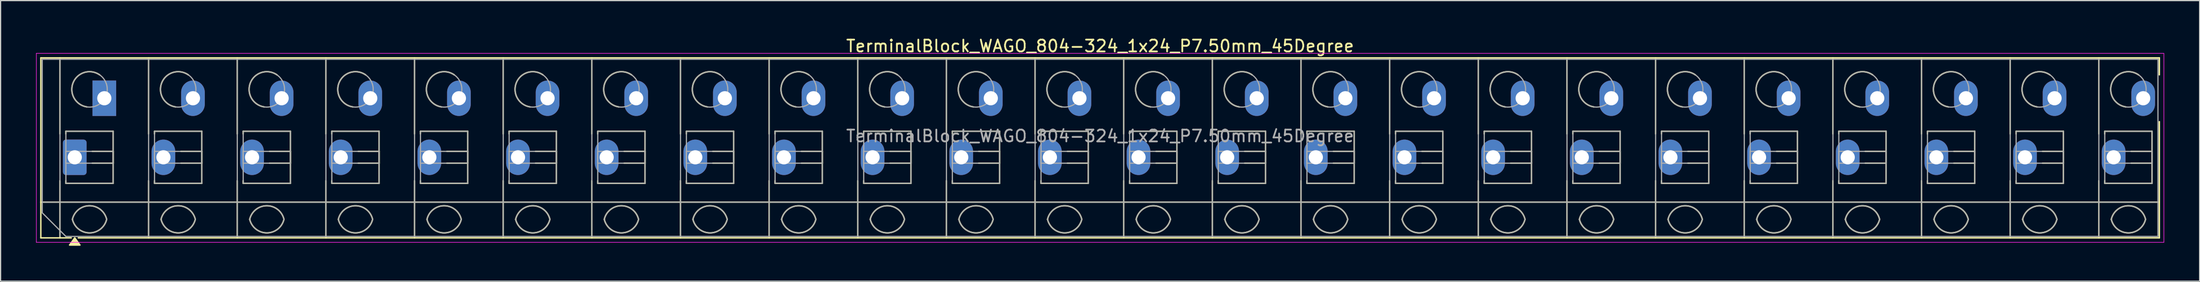
<source format=kicad_pcb>
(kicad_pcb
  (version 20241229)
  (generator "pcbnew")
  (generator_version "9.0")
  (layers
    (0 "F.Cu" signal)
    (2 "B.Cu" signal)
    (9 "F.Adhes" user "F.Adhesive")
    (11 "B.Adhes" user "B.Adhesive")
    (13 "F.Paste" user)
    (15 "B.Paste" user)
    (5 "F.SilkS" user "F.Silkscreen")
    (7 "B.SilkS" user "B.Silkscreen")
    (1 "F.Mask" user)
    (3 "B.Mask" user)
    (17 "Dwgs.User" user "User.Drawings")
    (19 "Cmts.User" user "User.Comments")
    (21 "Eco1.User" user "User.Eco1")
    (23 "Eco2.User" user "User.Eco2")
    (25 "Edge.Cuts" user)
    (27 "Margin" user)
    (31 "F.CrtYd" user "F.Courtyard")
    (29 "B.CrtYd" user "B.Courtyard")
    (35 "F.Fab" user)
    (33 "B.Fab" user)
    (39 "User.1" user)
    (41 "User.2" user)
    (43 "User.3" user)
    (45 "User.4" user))
  (footprint "TerminalBlock_WAGO_804-324_1x24_P7.50mm_45Degree"
    (layer "F.Cu")
    (at 3.275 10.268)
    (property "Reference" "TerminalBlock_WAGO_804-324_1x24_P7.50mm_45Degree" (at 86.75 -9.42 0) (layer "F.SilkS") (effects (font (size 1 1) (thickness 0.15))))
    (attr through_hole)
    (fp_line (start -2.87 -8.42) (end -2.87 6.82) (stroke (width 0.12) (type solid)) (layer "F.SilkS"))
    (fp_line (start -2.87 -8.42) (end 176.37 -8.42) (stroke (width 0.12) (type solid)) (layer "F.SilkS"))
    (fp_line (start -2.87 3.8) (end 176.37 3.8) (stroke (width 0.12) (type solid)) (layer "F.SilkS"))
    (fp_line (start -2.87 6.82) (end -0.3 6.82) (stroke (width 0.12) (type solid)) (layer "F.SilkS"))
    (fp_line (start -1.25 -8.42) (end -1.25 -1.98) (stroke (width 0.12) (type solid)) (layer "F.SilkS"))
    (fp_line (start -1.25 1.98) (end -1.25 6.82) (stroke (width 0.12) (type solid)) (layer "F.SilkS"))
    (fp_line (start -0.75 -2.2) (end -0.75 -1.98) (stroke (width 0.12) (type solid)) (layer "F.SilkS"))
    (fp_line (start -0.75 -2.2) (end 3.25 -2.2) (stroke (width 0.12) (type solid)) (layer "F.SilkS"))
    (fp_line (start -0.75 1.98) (end -0.75 2.2) (stroke (width 0.12) (type solid)) (layer "F.SilkS"))
    (fp_line (start -0.75 2.2) (end 3.25 2.2) (stroke (width 0.12) (type solid)) (layer "F.SilkS"))
    (fp_line (start 0.3 6.82) (end 176.37 6.82) (stroke (width 0.12) (type solid)) (layer "F.SilkS"))
    (fp_line (start 1.48 -0.5) (end 3.25 -0.5) (stroke (width 0.12) (type solid)) (layer "F.SilkS"))
    (fp_line (start 1.48 0.5) (end 3.25 0.5) (stroke (width 0.12) (type solid)) (layer "F.SilkS"))
    (fp_line (start 3.25 -2.2) (end 3.25 2.2) (stroke (width 0.12) (type solid)) (layer "F.SilkS"))
    (fp_line (start 3.25 -0.5) (end 3.25 0.5) (stroke (width 0.12) (type solid)) (layer "F.SilkS"))
    (fp_line (start 6.25 -8.42) (end 6.25 -1.98) (stroke (width 0.12) (type solid)) (layer "F.SilkS"))
    (fp_line (start 6.25 1.98) (end 6.25 6.82) (stroke (width 0.12) (type solid)) (layer "F.SilkS"))
    (fp_line (start 6.75 -2.2) (end 6.75 -1.98) (stroke (width 0.12) (type solid)) (layer "F.SilkS"))
    (fp_line (start 6.75 -2.2) (end 10.75 -2.2) (stroke (width 0.12) (type solid)) (layer "F.SilkS"))
    (fp_line (start 6.75 1.98) (end 6.75 2.2) (stroke (width 0.12) (type solid)) (layer "F.SilkS"))
    (fp_line (start 6.75 2.2) (end 10.75 2.2) (stroke (width 0.12) (type solid)) (layer "F.SilkS"))
    (fp_line (start 8.98 -0.5) (end 10.75 -0.5) (stroke (width 0.12) (type solid)) (layer "F.SilkS"))
    (fp_line (start 8.98 0.5) (end 10.75 0.5) (stroke (width 0.12) (type solid)) (layer "F.SilkS"))
    (fp_line (start 10.75 -2.2) (end 10.75 2.2) (stroke (width 0.12) (type solid)) (layer "F.SilkS"))
    (fp_line (start 10.75 -0.5) (end 10.75 0.5) (stroke (width 0.12) (type solid)) (layer "F.SilkS"))
    (fp_line (start 13.75 -8.42) (end 13.75 -1.98) (stroke (width 0.12) (type solid)) (layer "F.SilkS"))
    (fp_line (start 13.75 1.98) (end 13.75 6.82) (stroke (width 0.12) (type solid)) (layer "F.SilkS"))
    (fp_line (start 14.25 -2.2) (end 14.25 -1.98) (stroke (width 0.12) (type solid)) (layer "F.SilkS"))
    (fp_line (start 14.25 -2.2) (end 18.25 -2.2) (stroke (width 0.12) (type solid)) (layer "F.SilkS"))
    (fp_line (start 14.25 1.98) (end 14.25 2.2) (stroke (width 0.12) (type solid)) (layer "F.SilkS"))
    (fp_line (start 14.25 2.2) (end 18.25 2.2) (stroke (width 0.12) (type solid)) (layer "F.SilkS"))
    (fp_line (start 16.48 -0.5) (end 18.25 -0.5) (stroke (width 0.12) (type solid)) (layer "F.SilkS"))
    (fp_line (start 16.48 0.5) (end 18.25 0.5) (stroke (width 0.12) (type solid)) (layer "F.SilkS"))
    (fp_line (start 18.25 -2.2) (end 18.25 2.2) (stroke (width 0.12) (type solid)) (layer "F.SilkS"))
    (fp_line (start 18.25 -0.5) (end 18.25 0.5) (stroke (width 0.12) (type solid)) (layer "F.SilkS"))
    (fp_line (start 21.25 -8.42) (end 21.25 -1.98) (stroke (width 0.12) (type solid)) (layer "F.SilkS"))
    (fp_line (start 21.25 1.98) (end 21.25 6.82) (stroke (width 0.12) (type solid)) (layer "F.SilkS"))
    (fp_line (start 21.75 -2.2) (end 21.75 -1.98) (stroke (width 0.12) (type solid)) (layer "F.SilkS"))
    (fp_line (start 21.75 -2.2) (end 25.75 -2.2) (stroke (width 0.12) (type solid)) (layer "F.SilkS"))
    (fp_line (start 21.75 1.98) (end 21.75 2.2) (stroke (width 0.12) (type solid)) (layer "F.SilkS"))
    (fp_line (start 21.75 2.2) (end 25.75 2.2) (stroke (width 0.12) (type solid)) (layer "F.SilkS"))
    (fp_line (start 23.98 -0.5) (end 25.75 -0.5) (stroke (width 0.12) (type solid)) (layer "F.SilkS"))
    (fp_line (start 23.98 0.5) (end 25.75 0.5) (stroke (width 0.12) (type solid)) (layer "F.SilkS"))
    (fp_line (start 25.75 -2.2) (end 25.75 2.2) (stroke (width 0.12) (type solid)) (layer "F.SilkS"))
    (fp_line (start 25.75 -0.5) (end 25.75 0.5) (stroke (width 0.12) (type solid)) (layer "F.SilkS"))
    (fp_line (start 28.75 -8.42) (end 28.75 -1.98) (stroke (width 0.12) (type solid)) (layer "F.SilkS"))
    (fp_line (start 28.75 1.98) (end 28.75 6.82) (stroke (width 0.12) (type solid)) (layer "F.SilkS"))
    (fp_line (start 29.25 -2.2) (end 29.25 -1.98) (stroke (width 0.12) (type solid)) (layer "F.SilkS"))
    (fp_line (start 29.25 -2.2) (end 33.25 -2.2) (stroke (width 0.12) (type solid)) (layer "F.SilkS"))
    (fp_line (start 29.25 1.98) (end 29.25 2.2) (stroke (width 0.12) (type solid)) (layer "F.SilkS"))
    (fp_line (start 29.25 2.2) (end 33.25 2.2) (stroke (width 0.12) (type solid)) (layer "F.SilkS"))
    (fp_line (start 31.48 -0.5) (end 33.25 -0.5) (stroke (width 0.12) (type solid)) (layer "F.SilkS"))
    (fp_line (start 31.48 0.5) (end 33.25 0.5) (stroke (width 0.12) (type solid)) (layer "F.SilkS"))
    (fp_line (start 33.25 -2.2) (end 33.25 2.2) (stroke (width 0.12) (type solid)) (layer "F.SilkS"))
    (fp_line (start 33.25 -0.5) (end 33.25 0.5) (stroke (width 0.12) (type solid)) (layer "F.SilkS"))
    (fp_line (start 36.25 -8.42) (end 36.25 -1.98) (stroke (width 0.12) (type solid)) (layer "F.SilkS"))
    (fp_line (start 36.25 1.98) (end 36.25 6.82) (stroke (width 0.12) (type solid)) (layer "F.SilkS"))
    (fp_line (start 36.75 -2.2) (end 36.75 -1.98) (stroke (width 0.12) (type solid)) (layer "F.SilkS"))
    (fp_line (start 36.75 -2.2) (end 40.75 -2.2) (stroke (width 0.12) (type solid)) (layer "F.SilkS"))
    (fp_line (start 36.75 1.98) (end 36.75 2.2) (stroke (width 0.12) (type solid)) (layer "F.SilkS"))
    (fp_line (start 36.75 2.2) (end 40.75 2.2) (stroke (width 0.12) (type solid)) (layer "F.SilkS"))
    (fp_line (start 38.98 -0.5) (end 40.75 -0.5) (stroke (width 0.12) (type solid)) (layer "F.SilkS"))
    (fp_line (start 38.98 0.5) (end 40.75 0.5) (stroke (width 0.12) (type solid)) (layer "F.SilkS"))
    (fp_line (start 40.75 -2.2) (end 40.75 2.2) (stroke (width 0.12) (type solid)) (layer "F.SilkS"))
    (fp_line (start 40.75 -0.5) (end 40.75 0.5) (stroke (width 0.12) (type solid)) (layer "F.SilkS"))
    (fp_line (start 43.75 -8.42) (end 43.75 -1.98) (stroke (width 0.12) (type solid)) (layer "F.SilkS"))
    (fp_line (start 43.75 1.98) (end 43.75 6.82) (stroke (width 0.12) (type solid)) (layer "F.SilkS"))
    (fp_line (start 44.25 -2.2) (end 44.25 -1.98) (stroke (width 0.12) (type solid)) (layer "F.SilkS"))
    (fp_line (start 44.25 -2.2) (end 48.25 -2.2) (stroke (width 0.12) (type solid)) (layer "F.SilkS"))
    (fp_line (start 44.25 1.98) (end 44.25 2.2) (stroke (width 0.12) (type solid)) (layer "F.SilkS"))
    (fp_line (start 44.25 2.2) (end 48.25 2.2) (stroke (width 0.12) (type solid)) (layer "F.SilkS"))
    (fp_line (start 46.48 -0.5) (end 48.25 -0.5) (stroke (width 0.12) (type solid)) (layer "F.SilkS"))
    (fp_line (start 46.48 0.5) (end 48.25 0.5) (stroke (width 0.12) (type solid)) (layer "F.SilkS"))
    (fp_line (start 48.25 -2.2) (end 48.25 2.2) (stroke (width 0.12) (type solid)) (layer "F.SilkS"))
    (fp_line (start 48.25 -0.5) (end 48.25 0.5) (stroke (width 0.12) (type solid)) (layer "F.SilkS"))
    (fp_line (start 51.25 -8.42) (end 51.25 -1.98) (stroke (width 0.12) (type solid)) (layer "F.SilkS"))
    (fp_line (start 51.25 1.98) (end 51.25 6.82) (stroke (width 0.12) (type solid)) (layer "F.SilkS"))
    (fp_line (start 51.75 -2.2) (end 51.75 -1.98) (stroke (width 0.12) (type solid)) (layer "F.SilkS"))
    (fp_line (start 51.75 -2.2) (end 55.75 -2.2) (stroke (width 0.12) (type solid)) (layer "F.SilkS"))
    (fp_line (start 51.75 1.98) (end 51.75 2.2) (stroke (width 0.12) (type solid)) (layer "F.SilkS"))
    (fp_line (start 51.75 2.2) (end 55.75 2.2) (stroke (width 0.12) (type solid)) (layer "F.SilkS"))
    (fp_line (start 53.98 -0.5) (end 55.75 -0.5) (stroke (width 0.12) (type solid)) (layer "F.SilkS"))
    (fp_line (start 53.98 0.5) (end 55.75 0.5) (stroke (width 0.12) (type solid)) (layer "F.SilkS"))
    (fp_line (start 55.75 -2.2) (end 55.75 2.2) (stroke (width 0.12) (type solid)) (layer "F.SilkS"))
    (fp_line (start 55.75 -0.5) (end 55.75 0.5) (stroke (width 0.12) (type solid)) (layer "F.SilkS"))
    (fp_line (start 58.75 -8.42) (end 58.75 -1.98) (stroke (width 0.12) (type solid)) (layer "F.SilkS"))
    (fp_line (start 58.75 1.98) (end 58.75 6.82) (stroke (width 0.12) (type solid)) (layer "F.SilkS"))
    (fp_line (start 59.25 -2.2) (end 59.25 -1.98) (stroke (width 0.12) (type solid)) (layer "F.SilkS"))
    (fp_line (start 59.25 -2.2) (end 63.25 -2.2) (stroke (width 0.12) (type solid)) (layer "F.SilkS"))
    (fp_line (start 59.25 1.98) (end 59.25 2.2) (stroke (width 0.12) (type solid)) (layer "F.SilkS"))
    (fp_line (start 59.25 2.2) (end 63.25 2.2) (stroke (width 0.12) (type solid)) (layer "F.SilkS"))
    (fp_line (start 61.48 -0.5) (end 63.25 -0.5) (stroke (width 0.12) (type solid)) (layer "F.SilkS"))
    (fp_line (start 61.48 0.5) (end 63.25 0.5) (stroke (width 0.12) (type solid)) (layer "F.SilkS"))
    (fp_line (start 63.25 -2.2) (end 63.25 2.2) (stroke (width 0.12) (type solid)) (layer "F.SilkS"))
    (fp_line (start 63.25 -0.5) (end 63.25 0.5) (stroke (width 0.12) (type solid)) (layer "F.SilkS"))
    (fp_line (start 66.25 -8.42) (end 66.25 -1.98) (stroke (width 0.12) (type solid)) (layer "F.SilkS"))
    (fp_line (start 66.25 1.98) (end 66.25 6.82) (stroke (width 0.12) (type solid)) (layer "F.SilkS"))
    (fp_line (start 66.75 -2.2) (end 66.75 -1.98) (stroke (width 0.12) (type solid)) (layer "F.SilkS"))
    (fp_line (start 66.75 -2.2) (end 70.75 -2.2) (stroke (width 0.12) (type solid)) (layer "F.SilkS"))
    (fp_line (start 66.75 1.98) (end 66.75 2.2) (stroke (width 0.12) (type solid)) (layer "F.SilkS"))
    (fp_line (start 66.75 2.2) (end 70.75 2.2) (stroke (width 0.12) (type solid)) (layer "F.SilkS"))
    (fp_line (start 68.98 -0.5) (end 70.75 -0.5) (stroke (width 0.12) (type solid)) (layer "F.SilkS"))
    (fp_line (start 68.98 0.5) (end 70.75 0.5) (stroke (width 0.12) (type solid)) (layer "F.SilkS"))
    (fp_line (start 70.75 -2.2) (end 70.75 2.2) (stroke (width 0.12) (type solid)) (layer "F.SilkS"))
    (fp_line (start 70.75 -0.5) (end 70.75 0.5) (stroke (width 0.12) (type solid)) (layer "F.SilkS"))
    (fp_line (start 73.75 -8.42) (end 73.75 -1.98) (stroke (width 0.12) (type solid)) (layer "F.SilkS"))
    (fp_line (start 73.75 1.98) (end 73.75 6.82) (stroke (width 0.12) (type solid)) (layer "F.SilkS"))
    (fp_line (start 74.25 -2.2) (end 74.25 -1.98) (stroke (width 0.12) (type solid)) (layer "F.SilkS"))
    (fp_line (start 74.25 -2.2) (end 78.25 -2.2) (stroke (width 0.12) (type solid)) (layer "F.SilkS"))
    (fp_line (start 74.25 1.98) (end 74.25 2.2) (stroke (width 0.12) (type solid)) (layer "F.SilkS"))
    (fp_line (start 74.25 2.2) (end 78.25 2.2) (stroke (width 0.12) (type solid)) (layer "F.SilkS"))
    (fp_line (start 76.48 -0.5) (end 78.25 -0.5) (stroke (width 0.12) (type solid)) (layer "F.SilkS"))
    (fp_line (start 76.48 0.5) (end 78.25 0.5) (stroke (width 0.12) (type solid)) (layer "F.SilkS"))
    (fp_line (start 78.25 -2.2) (end 78.25 2.2) (stroke (width 0.12) (type solid)) (layer "F.SilkS"))
    (fp_line (start 78.25 -0.5) (end 78.25 0.5) (stroke (width 0.12) (type solid)) (layer "F.SilkS"))
    (fp_line (start 81.25 -8.42) (end 81.25 -1.98) (stroke (width 0.12) (type solid)) (layer "F.SilkS"))
    (fp_line (start 81.25 1.98) (end 81.25 6.82) (stroke (width 0.12) (type solid)) (layer "F.SilkS"))
    (fp_line (start 81.75 -2.2) (end 81.75 -1.98) (stroke (width 0.12) (type solid)) (layer "F.SilkS"))
    (fp_line (start 81.75 -2.2) (end 85.75 -2.2) (stroke (width 0.12) (type solid)) (layer "F.SilkS"))
    (fp_line (start 81.75 1.98) (end 81.75 2.2) (stroke (width 0.12) (type solid)) (layer "F.SilkS"))
    (fp_line (start 81.75 2.2) (end 85.75 2.2) (stroke (width 0.12) (type solid)) (layer "F.SilkS"))
    (fp_line (start 83.98 -0.5) (end 85.75 -0.5) (stroke (width 0.12) (type solid)) (layer "F.SilkS"))
    (fp_line (start 83.98 0.5) (end 85.75 0.5) (stroke (width 0.12) (type solid)) (layer "F.SilkS"))
    (fp_line (start 85.75 -2.2) (end 85.75 2.2) (stroke (width 0.12) (type solid)) (layer "F.SilkS"))
    (fp_line (start 85.75 -0.5) (end 85.75 0.5) (stroke (width 0.12) (type solid)) (layer "F.SilkS"))
    (fp_line (start 88.75 -8.42) (end 88.75 -1.98) (stroke (width 0.12) (type solid)) (layer "F.SilkS"))
    (fp_line (start 88.75 1.98) (end 88.75 6.82) (stroke (width 0.12) (type solid)) (layer "F.SilkS"))
    (fp_line (start 89.25 -2.2) (end 89.25 -1.98) (stroke (width 0.12) (type solid)) (layer "F.SilkS"))
    (fp_line (start 89.25 -2.2) (end 93.25 -2.2) (stroke (width 0.12) (type solid)) (layer "F.SilkS"))
    (fp_line (start 89.25 1.98) (end 89.25 2.2) (stroke (width 0.12) (type solid)) (layer "F.SilkS"))
    (fp_line (start 89.25 2.2) (end 93.25 2.2) (stroke (width 0.12) (type solid)) (layer "F.SilkS"))
    (fp_line (start 91.48 -0.5) (end 93.25 -0.5) (stroke (width 0.12) (type solid)) (layer "F.SilkS"))
    (fp_line (start 91.48 0.5) (end 93.25 0.5) (stroke (width 0.12) (type solid)) (layer "F.SilkS"))
    (fp_line (start 93.25 -2.2) (end 93.25 2.2) (stroke (width 0.12) (type solid)) (layer "F.SilkS"))
    (fp_line (start 93.25 -0.5) (end 93.25 0.5) (stroke (width 0.12) (type solid)) (layer "F.SilkS"))
    (fp_line (start 96.25 -8.42) (end 96.25 -1.98) (stroke (width 0.12) (type solid)) (layer "F.SilkS"))
    (fp_line (start 96.25 1.98) (end 96.25 6.82) (stroke (width 0.12) (type solid)) (layer "F.SilkS"))
    (fp_line (start 96.75 -2.2) (end 96.75 -1.98) (stroke (width 0.12) (type solid)) (layer "F.SilkS"))
    (fp_line (start 96.75 -2.2) (end 100.75 -2.2) (stroke (width 0.12) (type solid)) (layer "F.SilkS"))
    (fp_line (start 96.75 1.98) (end 96.75 2.2) (stroke (width 0.12) (type solid)) (layer "F.SilkS"))
    (fp_line (start 96.75 2.2) (end 100.75 2.2) (stroke (width 0.12) (type solid)) (layer "F.SilkS"))
    (fp_line (start 98.98 -0.5) (end 100.75 -0.5) (stroke (width 0.12) (type solid)) (layer "F.SilkS"))
    (fp_line (start 98.98 0.5) (end 100.75 0.5) (stroke (width 0.12) (type solid)) (layer "F.SilkS"))
    (fp_line (start 100.75 -2.2) (end 100.75 2.2) (stroke (width 0.12) (type solid)) (layer "F.SilkS"))
    (fp_line (start 100.75 -0.5) (end 100.75 0.5) (stroke (width 0.12) (type solid)) (layer "F.SilkS"))
    (fp_line (start 103.75 -8.42) (end 103.75 -1.98) (stroke (width 0.12) (type solid)) (layer "F.SilkS"))
    (fp_line (start 103.75 1.98) (end 103.75 6.82) (stroke (width 0.12) (type solid)) (layer "F.SilkS"))
    (fp_line (start 104.25 -2.2) (end 104.25 -1.98) (stroke (width 0.12) (type solid)) (layer "F.SilkS"))
    (fp_line (start 104.25 -2.2) (end 108.25 -2.2) (stroke (width 0.12) (type solid)) (layer "F.SilkS"))
    (fp_line (start 104.25 1.98) (end 104.25 2.2) (stroke (width 0.12) (type solid)) (layer "F.SilkS"))
    (fp_line (start 104.25 2.2) (end 108.25 2.2) (stroke (width 0.12) (type solid)) (layer "F.SilkS"))
    (fp_line (start 106.48 -0.5) (end 108.25 -0.5) (stroke (width 0.12) (type solid)) (layer "F.SilkS"))
    (fp_line (start 106.48 0.5) (end 108.25 0.5) (stroke (width 0.12) (type solid)) (layer "F.SilkS"))
    (fp_line (start 108.25 -2.2) (end 108.25 2.2) (stroke (width 0.12) (type solid)) (layer "F.SilkS"))
    (fp_line (start 108.25 -0.5) (end 108.25 0.5) (stroke (width 0.12) (type solid)) (layer "F.SilkS"))
    (fp_line (start 111.25 -8.42) (end 111.25 -1.98) (stroke (width 0.12) (type solid)) (layer "F.SilkS"))
    (fp_line (start 111.25 1.98) (end 111.25 6.82) (stroke (width 0.12) (type solid)) (layer "F.SilkS"))
    (fp_line (start 111.75 -2.2) (end 111.75 -1.98) (stroke (width 0.12) (type solid)) (layer "F.SilkS"))
    (fp_line (start 111.75 -2.2) (end 115.75 -2.2) (stroke (width 0.12) (type solid)) (layer "F.SilkS"))
    (fp_line (start 111.75 1.98) (end 111.75 2.2) (stroke (width 0.12) (type solid)) (layer "F.SilkS"))
    (fp_line (start 111.75 2.2) (end 115.75 2.2) (stroke (width 0.12) (type solid)) (layer "F.SilkS"))
    (fp_line (start 113.98 -0.5) (end 115.75 -0.5) (stroke (width 0.12) (type solid)) (layer "F.SilkS"))
    (fp_line (start 113.98 0.5) (end 115.75 0.5) (stroke (width 0.12) (type solid)) (layer "F.SilkS"))
    (fp_line (start 115.75 -2.2) (end 115.75 2.2) (stroke (width 0.12) (type solid)) (layer "F.SilkS"))
    (fp_line (start 115.75 -0.5) (end 115.75 0.5) (stroke (width 0.12) (type solid)) (layer "F.SilkS"))
    (fp_line (start 118.75 -8.42) (end 118.75 -1.98) (stroke (width 0.12) (type solid)) (layer "F.SilkS"))
    (fp_line (start 118.75 1.98) (end 118.75 6.82) (stroke (width 0.12) (type solid)) (layer "F.SilkS"))
    (fp_line (start 119.25 -2.2) (end 119.25 -1.98) (stroke (width 0.12) (type solid)) (layer "F.SilkS"))
    (fp_line (start 119.25 -2.2) (end 123.25 -2.2) (stroke (width 0.12) (type solid)) (layer "F.SilkS"))
    (fp_line (start 119.25 1.98) (end 119.25 2.2) (stroke (width 0.12) (type solid)) (layer "F.SilkS"))
    (fp_line (start 119.25 2.2) (end 123.25 2.2) (stroke (width 0.12) (type solid)) (layer "F.SilkS"))
    (fp_line (start 121.48 -0.5) (end 123.25 -0.5) (stroke (width 0.12) (type solid)) (layer "F.SilkS"))
    (fp_line (start 121.48 0.5) (end 123.25 0.5) (stroke (width 0.12) (type solid)) (layer "F.SilkS"))
    (fp_line (start 123.25 -2.2) (end 123.25 2.2) (stroke (width 0.12) (type solid)) (layer "F.SilkS"))
    (fp_line (start 123.25 -0.5) (end 123.25 0.5) (stroke (width 0.12) (type solid)) (layer "F.SilkS"))
    (fp_line (start 126.25 -8.42) (end 126.25 -1.98) (stroke (width 0.12) (type solid)) (layer "F.SilkS"))
    (fp_line (start 126.25 1.98) (end 126.25 6.82) (stroke (width 0.12) (type solid)) (layer "F.SilkS"))
    (fp_line (start 126.75 -2.2) (end 126.75 -1.98) (stroke (width 0.12) (type solid)) (layer "F.SilkS"))
    (fp_line (start 126.75 -2.2) (end 130.75 -2.2) (stroke (width 0.12) (type solid)) (layer "F.SilkS"))
    (fp_line (start 126.75 1.98) (end 126.75 2.2) (stroke (width 0.12) (type solid)) (layer "F.SilkS"))
    (fp_line (start 126.75 2.2) (end 130.75 2.2) (stroke (width 0.12) (type solid)) (layer "F.SilkS"))
    (fp_line (start 128.98 -0.5) (end 130.75 -0.5) (stroke (width 0.12) (type solid)) (layer "F.SilkS"))
    (fp_line (start 128.98 0.5) (end 130.75 0.5) (stroke (width 0.12) (type solid)) (layer "F.SilkS"))
    (fp_line (start 130.75 -2.2) (end 130.75 2.2) (stroke (width 0.12) (type solid)) (layer "F.SilkS"))
    (fp_line (start 130.75 -0.5) (end 130.75 0.5) (stroke (width 0.12) (type solid)) (layer "F.SilkS"))
    (fp_line (start 133.75 -8.42) (end 133.75 -1.98) (stroke (width 0.12) (type solid)) (layer "F.SilkS"))
    (fp_line (start 133.75 1.98) (end 133.75 6.82) (stroke (width 0.12) (type solid)) (layer "F.SilkS"))
    (fp_line (start 134.25 -2.2) (end 134.25 -1.98) (stroke (width 0.12) (type solid)) (layer "F.SilkS"))
    (fp_line (start 134.25 -2.2) (end 138.25 -2.2) (stroke (width 0.12) (type solid)) (layer "F.SilkS"))
    (fp_line (start 134.25 1.98) (end 134.25 2.2) (stroke (width 0.12) (type solid)) (layer "F.SilkS"))
    (fp_line (start 134.25 2.2) (end 138.25 2.2) (stroke (width 0.12) (type solid)) (layer "F.SilkS"))
    (fp_line (start 136.48 -0.5) (end 138.25 -0.5) (stroke (width 0.12) (type solid)) (layer "F.SilkS"))
    (fp_line (start 136.48 0.5) (end 138.25 0.5) (stroke (width 0.12) (type solid)) (layer "F.SilkS"))
    (fp_line (start 138.25 -2.2) (end 138.25 2.2) (stroke (width 0.12) (type solid)) (layer "F.SilkS"))
    (fp_line (start 138.25 -0.5) (end 138.25 0.5) (stroke (width 0.12) (type solid)) (layer "F.SilkS"))
    (fp_line (start 141.25 -8.42) (end 141.25 -1.98) (stroke (width 0.12) (type solid)) (layer "F.SilkS"))
    (fp_line (start 141.25 1.98) (end 141.25 6.82) (stroke (width 0.12) (type solid)) (layer "F.SilkS"))
    (fp_line (start 141.75 -2.2) (end 141.75 -1.98) (stroke (width 0.12) (type solid)) (layer "F.SilkS"))
    (fp_line (start 141.75 -2.2) (end 145.75 -2.2) (stroke (width 0.12) (type solid)) (layer "F.SilkS"))
    (fp_line (start 141.75 1.98) (end 141.75 2.2) (stroke (width 0.12) (type solid)) (layer "F.SilkS"))
    (fp_line (start 141.75 2.2) (end 145.75 2.2) (stroke (width 0.12) (type solid)) (layer "F.SilkS"))
    (fp_line (start 143.98 -0.5) (end 145.75 -0.5) (stroke (width 0.12) (type solid)) (layer "F.SilkS"))
    (fp_line (start 143.98 0.5) (end 145.75 0.5) (stroke (width 0.12) (type solid)) (layer "F.SilkS"))
    (fp_line (start 145.75 -2.2) (end 145.75 2.2) (stroke (width 0.12) (type solid)) (layer "F.SilkS"))
    (fp_line (start 145.75 -0.5) (end 145.75 0.5) (stroke (width 0.12) (type solid)) (layer "F.SilkS"))
    (fp_line (start 148.75 -8.42) (end 148.75 -1.98) (stroke (width 0.12) (type solid)) (layer "F.SilkS"))
    (fp_line (start 148.75 1.98) (end 148.75 6.82) (stroke (width 0.12) (type solid)) (layer "F.SilkS"))
    (fp_line (start 149.25 -2.2) (end 149.25 -1.98) (stroke (width 0.12) (type solid)) (layer "F.SilkS"))
    (fp_line (start 149.25 -2.2) (end 153.25 -2.2) (stroke (width 0.12) (type solid)) (layer "F.SilkS"))
    (fp_line (start 149.25 1.98) (end 149.25 2.2) (stroke (width 0.12) (type solid)) (layer "F.SilkS"))
    (fp_line (start 149.25 2.2) (end 153.25 2.2) (stroke (width 0.12) (type solid)) (layer "F.SilkS"))
    (fp_line (start 151.48 -0.5) (end 153.25 -0.5) (stroke (width 0.12) (type solid)) (layer "F.SilkS"))
    (fp_line (start 151.48 0.5) (end 153.25 0.5) (stroke (width 0.12) (type solid)) (layer "F.SilkS"))
    (fp_line (start 153.25 -2.2) (end 153.25 2.2) (stroke (width 0.12) (type solid)) (layer "F.SilkS"))
    (fp_line (start 153.25 -0.5) (end 153.25 0.5) (stroke (width 0.12) (type solid)) (layer "F.SilkS"))
    (fp_line (start 156.25 -8.42) (end 156.25 -1.98) (stroke (width 0.12) (type solid)) (layer "F.SilkS"))
    (fp_line (start 156.25 1.98) (end 156.25 6.82) (stroke (width 0.12) (type solid)) (layer "F.SilkS"))
    (fp_line (start 156.75 -2.2) (end 156.75 -1.98) (stroke (width 0.12) (type solid)) (layer "F.SilkS"))
    (fp_line (start 156.75 -2.2) (end 160.75 -2.2) (stroke (width 0.12) (type solid)) (layer "F.SilkS"))
    (fp_line (start 156.75 1.98) (end 156.75 2.2) (stroke (width 0.12) (type solid)) (layer "F.SilkS"))
    (fp_line (start 156.75 2.2) (end 160.75 2.2) (stroke (width 0.12) (type solid)) (layer "F.SilkS"))
    (fp_line (start 158.98 -0.5) (end 160.75 -0.5) (stroke (width 0.12) (type solid)) (layer "F.SilkS"))
    (fp_line (start 158.98 0.5) (end 160.75 0.5) (stroke (width 0.12) (type solid)) (layer "F.SilkS"))
    (fp_line (start 160.75 -2.2) (end 160.75 2.2) (stroke (width 0.12) (type solid)) (layer "F.SilkS"))
    (fp_line (start 160.75 -0.5) (end 160.75 0.5) (stroke (width 0.12) (type solid)) (layer "F.SilkS"))
    (fp_line (start 163.75 -8.42) (end 163.75 -1.98) (stroke (width 0.12) (type solid)) (layer "F.SilkS"))
    (fp_line (start 163.75 1.98) (end 163.75 6.82) (stroke (width 0.12) (type solid)) (layer "F.SilkS"))
    (fp_line (start 164.25 -2.2) (end 164.25 -1.98) (stroke (width 0.12) (type solid)) (layer "F.SilkS"))
    (fp_line (start 164.25 -2.2) (end 168.25 -2.2) (stroke (width 0.12) (type solid)) (layer "F.SilkS"))
    (fp_line (start 164.25 1.98) (end 164.25 2.2) (stroke (width 0.12) (type solid)) (layer "F.SilkS"))
    (fp_line (start 164.25 2.2) (end 168.25 2.2) (stroke (width 0.12) (type solid)) (layer "F.SilkS"))
    (fp_line (start 166.48 -0.5) (end 168.25 -0.5) (stroke (width 0.12) (type solid)) (layer "F.SilkS"))
    (fp_line (start 166.48 0.5) (end 168.25 0.5) (stroke (width 0.12) (type solid)) (layer "F.SilkS"))
    (fp_line (start 168.25 -2.2) (end 168.25 2.2) (stroke (width 0.12) (type solid)) (layer "F.SilkS"))
    (fp_line (start 168.25 -0.5) (end 168.25 0.5) (stroke (width 0.12) (type solid)) (layer "F.SilkS"))
    (fp_line (start 171.25 -8.42) (end 171.25 -1.98) (stroke (width 0.12) (type solid)) (layer "F.SilkS"))
    (fp_line (start 171.25 1.98) (end 171.25 6.82) (stroke (width 0.12) (type solid)) (layer "F.SilkS"))
    (fp_line (start 171.75 -2.2) (end 171.75 -1.98) (stroke (width 0.12) (type solid)) (layer "F.SilkS"))
    (fp_line (start 171.75 -2.2) (end 175.75 -2.2) (stroke (width 0.12) (type solid)) (layer "F.SilkS"))
    (fp_line (start 171.75 1.98) (end 171.75 2.2) (stroke (width 0.12) (type solid)) (layer "F.SilkS"))
    (fp_line (start 171.75 2.2) (end 175.75 2.2) (stroke (width 0.12) (type solid)) (layer "F.SilkS"))
    (fp_line (start 173.98 -0.5) (end 175.75 -0.5) (stroke (width 0.12) (type solid)) (layer "F.SilkS"))
    (fp_line (start 173.98 0.5) (end 175.75 0.5) (stroke (width 0.12) (type solid)) (layer "F.SilkS"))
    (fp_line (start 175.75 -2.2) (end 175.75 2.2) (stroke (width 0.12) (type solid)) (layer "F.SilkS"))
    (fp_line (start 175.75 -0.5) (end 175.75 0.5) (stroke (width 0.12) (type solid)) (layer "F.SilkS"))
    (fp_line (start 176.37 -8.42) (end 176.37 -6.98) (stroke (width 0.12) (type solid)) (layer "F.SilkS"))
    (fp_line (start 176.37 -3.02) (end 176.37 6.82) (stroke (width 0.12) (type solid)) (layer "F.SilkS"))
    (fp_arc (start -0.199942 5.249753) (mid 1.250127 4.099899) (end 2.7 5.25) (stroke (width 0.12) (type solid)) (layer "F.SilkS"))
    (fp_arc (start 1.02 -4.268) (mid -0.141815 -6.308637) (end 2.10843 -6.979765) (stroke (width 0.12) (type solid)) (layer "F.SilkS"))
    (fp_arc (start 2.7 5.25) (mid 1.250127 6.400101) (end -0.199942 5.250247) (stroke (width 0.12) (type solid)) (layer "F.SilkS"))
    (fp_arc (start 7.300058 5.249753) (mid 8.750127 4.099899) (end 10.2 5.25) (stroke (width 0.12) (type solid)) (layer "F.SilkS"))
    (fp_arc (start 8.52 -4.268) (mid 7.358185 -6.308637) (end 9.60843 -6.979765) (stroke (width 0.12) (type solid)) (layer "F.SilkS"))
    (fp_arc (start 10.2 5.25) (mid 8.750127 6.400101) (end 7.300058 5.250247) (stroke (width 0.12) (type solid)) (layer "F.SilkS"))
    (fp_arc (start 14.800058 5.249753) (mid 16.250127 4.099899) (end 17.7 5.25) (stroke (width 0.12) (type solid)) (layer "F.SilkS"))
    (fp_arc (start 16.02 -4.268) (mid 14.858185 -6.308637) (end 17.10843 -6.979765) (stroke (width 0.12) (type solid)) (layer "F.SilkS"))
    (fp_arc (start 17.7 5.25) (mid 16.250127 6.400101) (end 14.800058 5.250247) (stroke (width 0.12) (type solid)) (layer "F.SilkS"))
    (fp_arc (start 22.300058 5.249753) (mid 23.750127 4.099899) (end 25.2 5.25) (stroke (width 0.12) (type solid)) (layer "F.SilkS"))
    (fp_arc (start 23.52 -4.268) (mid 22.358185 -6.308637) (end 24.60843 -6.979765) (stroke (width 0.12) (type solid)) (layer "F.SilkS"))
    (fp_arc (start 25.2 5.25) (mid 23.750127 6.400101) (end 22.300058 5.250247) (stroke (width 0.12) (type solid)) (layer "F.SilkS"))
    (fp_arc (start 29.800058 5.249753) (mid 31.250127 4.099899) (end 32.7 5.25) (stroke (width 0.12) (type solid)) (layer "F.SilkS"))
    (fp_arc (start 31.02 -4.268) (mid 29.858185 -6.308637) (end 32.10843 -6.979765) (stroke (width 0.12) (type solid)) (layer "F.SilkS"))
    (fp_arc (start 32.7 5.25) (mid 31.250127 6.400101) (end 29.800058 5.250247) (stroke (width 0.12) (type solid)) (layer "F.SilkS"))
    (fp_arc (start 37.300058 5.249753) (mid 38.750127 4.099899) (end 40.2 5.25) (stroke (width 0.12) (type solid)) (layer "F.SilkS"))
    (fp_arc (start 38.52 -4.268) (mid 37.358185 -6.308637) (end 39.60843 -6.979765) (stroke (width 0.12) (type solid)) (layer "F.SilkS"))
    (fp_arc (start 40.2 5.25) (mid 38.750127 6.400101) (end 37.300058 5.250247) (stroke (width 0.12) (type solid)) (layer "F.SilkS"))
    (fp_arc (start 44.800058 5.249753) (mid 46.250127 4.099899) (end 47.7 5.25) (stroke (width 0.12) (type solid)) (layer "F.SilkS"))
    (fp_arc (start 46.02 -4.268) (mid 44.858185 -6.308637) (end 47.10843 -6.979765) (stroke (width 0.12) (type solid)) (layer "F.SilkS"))
    (fp_arc (start 47.7 5.25) (mid 46.250127 6.400101) (end 44.800058 5.250247) (stroke (width 0.12) (type solid)) (layer "F.SilkS"))
    (fp_arc (start 52.300058 5.249753) (mid 53.750127 4.099899) (end 55.2 5.25) (stroke (width 0.12) (type solid)) (layer "F.SilkS"))
    (fp_arc (start 53.52 -4.268) (mid 52.358185 -6.308637) (end 54.60843 -6.979765) (stroke (width 0.12) (type solid)) (layer "F.SilkS"))
    (fp_arc (start 55.2 5.25) (mid 53.750127 6.400101) (end 52.300058 5.250247) (stroke (width 0.12) (type solid)) (layer "F.SilkS"))
    (fp_arc (start 59.800058 5.249753) (mid 61.250127 4.099899) (end 62.7 5.25) (stroke (width 0.12) (type solid)) (layer "F.SilkS"))
    (fp_arc (start 61.02 -4.268) (mid 59.858185 -6.308637) (end 62.10843 -6.979765) (stroke (width 0.12) (type solid)) (layer "F.SilkS"))
    (fp_arc (start 62.7 5.25) (mid 61.250127 6.400101) (end 59.800058 5.250247) (stroke (width 0.12) (type solid)) (layer "F.SilkS"))
    (fp_arc (start 67.300058 5.249753) (mid 68.750127 4.099899) (end 70.2 5.25) (stroke (width 0.12) (type solid)) (layer "F.SilkS"))
    (fp_arc (start 68.52 -4.268) (mid 67.358185 -6.308637) (end 69.60843 -6.979765) (stroke (width 0.12) (type solid)) (layer "F.SilkS"))
    (fp_arc (start 70.2 5.25) (mid 68.750127 6.400101) (end 67.300058 5.250247) (stroke (width 0.12) (type solid)) (layer "F.SilkS"))
    (fp_arc (start 74.800058 5.249753) (mid 76.250127 4.099899) (end 77.7 5.25) (stroke (width 0.12) (type solid)) (layer "F.SilkS"))
    (fp_arc (start 76.02 -4.268) (mid 74.858185 -6.308637) (end 77.10843 -6.979765) (stroke (width 0.12) (type solid)) (layer "F.SilkS"))
    (fp_arc (start 77.7 5.25) (mid 76.250127 6.400101) (end 74.800058 5.250247) (stroke (width 0.12) (type solid)) (layer "F.SilkS"))
    (fp_arc (start 82.300058 5.249753) (mid 83.750127 4.099899) (end 85.2 5.25) (stroke (width 0.12) (type solid)) (layer "F.SilkS"))
    (fp_arc (start 83.52 -4.268) (mid 82.358185 -6.308637) (end 84.60843 -6.979765) (stroke (width 0.12) (type solid)) (layer "F.SilkS"))
    (fp_arc (start 85.2 5.25) (mid 83.750127 6.400101) (end 82.300058 5.250247) (stroke (width 0.12) (type solid)) (layer "F.SilkS"))
    (fp_arc (start 89.800058 5.249753) (mid 91.250127 4.099899) (end 92.7 5.25) (stroke (width 0.12) (type solid)) (layer "F.SilkS"))
    (fp_arc (start 91.02 -4.268) (mid 89.858185 -6.308637) (end 92.10843 -6.979765) (stroke (width 0.12) (type solid)) (layer "F.SilkS"))
    (fp_arc (start 92.7 5.25) (mid 91.250127 6.400101) (end 89.800058 5.250247) (stroke (width 0.12) (type solid)) (layer "F.SilkS"))
    (fp_arc (start 97.300058 5.249753) (mid 98.750127 4.099899) (end 100.2 5.25) (stroke (width 0.12) (type solid)) (layer "F.SilkS"))
    (fp_arc (start 98.52 -4.268) (mid 97.358185 -6.308637) (end 99.60843 -6.979765) (stroke (width 0.12) (type solid)) (layer "F.SilkS"))
    (fp_arc (start 100.2 5.25) (mid 98.750127 6.400101) (end 97.300058 5.250247) (stroke (width 0.12) (type solid)) (layer "F.SilkS"))
    (fp_arc (start 104.800058 5.249753) (mid 106.250127 4.099899) (end 107.7 5.25) (stroke (width 0.12) (type solid)) (layer "F.SilkS"))
    (fp_arc (start 106.02 -4.268) (mid 104.858185 -6.308637) (end 107.10843 -6.979765) (stroke (width 0.12) (type solid)) (layer "F.SilkS"))
    (fp_arc (start 107.7 5.25) (mid 106.250127 6.400101) (end 104.800058 5.250247) (stroke (width 0.12) (type solid)) (layer "F.SilkS"))
    (fp_arc (start 112.300058 5.249753) (mid 113.750127 4.099899) (end 115.2 5.25) (stroke (width 0.12) (type solid)) (layer "F.SilkS"))
    (fp_arc (start 113.52 -4.268) (mid 112.358185 -6.308637) (end 114.60843 -6.979765) (stroke (width 0.12) (type solid)) (layer "F.SilkS"))
    (fp_arc (start 115.2 5.25) (mid 113.750127 6.400101) (end 112.300058 5.250247) (stroke (width 0.12) (type solid)) (layer "F.SilkS"))
    (fp_arc (start 119.800058 5.249753) (mid 121.250127 4.099899) (end 122.7 5.25) (stroke (width 0.12) (type solid)) (layer "F.SilkS"))
    (fp_arc (start 121.02 -4.268) (mid 119.858185 -6.308637) (end 122.10843 -6.979765) (stroke (width 0.12) (type solid)) (layer "F.SilkS"))
    (fp_arc (start 122.7 5.25) (mid 121.250127 6.400101) (end 119.800058 5.250247) (stroke (width 0.12) (type solid)) (layer "F.SilkS"))
    (fp_arc (start 127.300058 5.249753) (mid 128.750127 4.099899) (end 130.2 5.25) (stroke (width 0.12) (type solid)) (layer "F.SilkS"))
    (fp_arc (start 128.52 -4.268) (mid 127.358185 -6.308637) (end 129.60843 -6.979765) (stroke (width 0.12) (type solid)) (layer "F.SilkS"))
    (fp_arc (start 130.2 5.25) (mid 128.750127 6.400101) (end 127.300058 5.250247) (stroke (width 0.12) (type solid)) (layer "F.SilkS"))
    (fp_arc (start 134.800058 5.249753) (mid 136.250127 4.099899) (end 137.7 5.25) (stroke (width 0.12) (type solid)) (layer "F.SilkS"))
    (fp_arc (start 136.02 -4.268) (mid 134.858185 -6.308637) (end 137.10843 -6.979765) (stroke (width 0.12) (type solid)) (layer "F.SilkS"))
    (fp_arc (start 137.7 5.25) (mid 136.250127 6.400101) (end 134.800058 5.250247) (stroke (width 0.12) (type solid)) (layer "F.SilkS"))
    (fp_arc (start 142.300058 5.249753) (mid 143.750127 4.099899) (end 145.2 5.25) (stroke (width 0.12) (type solid)) (layer "F.SilkS"))
    (fp_arc (start 143.52 -4.268) (mid 142.358185 -6.308637) (end 144.60843 -6.979765) (stroke (width 0.12) (type solid)) (layer "F.SilkS"))
    (fp_arc (start 145.2 5.25) (mid 143.750127 6.400101) (end 142.300058 5.250247) (stroke (width 0.12) (type solid)) (layer "F.SilkS"))
    (fp_arc (start 149.800058 5.249753) (mid 151.250127 4.099899) (end 152.7 5.25) (stroke (width 0.12) (type solid)) (layer "F.SilkS"))
    (fp_arc (start 151.02 -4.268) (mid 149.858185 -6.308637) (end 152.10843 -6.979765) (stroke (width 0.12) (type solid)) (layer "F.SilkS"))
    (fp_arc (start 152.7 5.25) (mid 151.250127 6.400101) (end 149.800058 5.250247) (stroke (width 0.12) (type solid)) (layer "F.SilkS"))
    (fp_arc (start 157.300058 5.249753) (mid 158.750127 4.099899) (end 160.2 5.25) (stroke (width 0.12) (type solid)) (layer "F.SilkS"))
    (fp_arc (start 158.52 -4.268) (mid 157.358185 -6.308637) (end 159.60843 -6.979765) (stroke (width 0.12) (type solid)) (layer "F.SilkS"))
    (fp_arc (start 160.2 5.25) (mid 158.750127 6.400101) (end 157.300058 5.250247) (stroke (width 0.12) (type solid)) (layer "F.SilkS"))
    (fp_arc (start 164.800058 5.249753) (mid 166.250127 4.099899) (end 167.7 5.25) (stroke (width 0.12) (type solid)) (layer "F.SilkS"))
    (fp_arc (start 166.02 -4.268) (mid 164.858185 -6.308637) (end 167.10843 -6.979765) (stroke (width 0.12) (type solid)) (layer "F.SilkS"))
    (fp_arc (start 167.7 5.25) (mid 166.250127 6.400101) (end 164.800058 5.250247) (stroke (width 0.12) (type solid)) (layer "F.SilkS"))
    (fp_arc (start 172.300058 5.249753) (mid 173.750127 4.099899) (end 175.2 5.25) (stroke (width 0.12) (type solid)) (layer "F.SilkS"))
    (fp_arc (start 173.52 -4.268) (mid 172.358185 -6.308637) (end 174.60843 -6.979765) (stroke (width 0.12) (type solid)) (layer "F.SilkS"))
    (fp_arc (start 175.2 5.25) (mid 173.750127 6.400101) (end 172.300058 5.250247) (stroke (width 0.12) (type solid)) (layer "F.SilkS"))
    (fp_poly (pts (xy 0 6.82) (xy 0.44 7.43) (xy -0.44 7.43)) (stroke (width 0.12) (type solid)) (fill yes) (layer "F.SilkS"))
    (fp_line (start -3.25 -8.8) (end -3.25 7.2) (stroke (width 0.05) (type solid)) (layer "F.CrtYd"))
    (fp_line (start -3.25 7.2) (end 176.75 7.2) (stroke (width 0.05) (type solid)) (layer "F.CrtYd"))
    (fp_line (start 176.75 -8.8) (end -3.25 -8.8) (stroke (width 0.05) (type solid)) (layer "F.CrtYd"))
    (fp_line (start 176.75 7.2) (end 176.75 -8.8) (stroke (width 0.05) (type solid)) (layer "F.CrtYd"))
    (fp_line (start -2.75 -8.3) (end 176.25 -8.3) (stroke (width 0.1) (type solid)) (layer "F.Fab"))
    (fp_line (start -2.75 3.8) (end 176.25 3.8) (stroke (width 0.1) (type solid)) (layer "F.Fab"))
    (fp_line (start -2.75 4.7) (end -2.75 -8.3) (stroke (width 0.1) (type solid)) (layer "F.Fab"))
    (fp_line (start -1.25 -8.3) (end -1.25 6.7) (stroke (width 0.1) (type solid)) (layer "F.Fab"))
    (fp_line (start -0.75 -2.2) (end -0.75 2.2) (stroke (width 0.1) (type solid)) (layer "F.Fab"))
    (fp_line (start -0.75 -0.5) (end -0.75 0.5) (stroke (width 0.1) (type solid)) (layer "F.Fab"))
    (fp_line (start -0.75 0.5) (end 3.25 0.5) (stroke (width 0.1) (type solid)) (layer "F.Fab"))
    (fp_line (start -0.75 2.2) (end 3.25 2.2) (stroke (width 0.1) (type solid)) (layer "F.Fab"))
    (fp_line (start -0.75 6.7) (end -2.75 4.7) (stroke (width 0.1) (type solid)) (layer "F.Fab"))
    (fp_line (start 3.25 -2.2) (end -0.75 -2.2) (stroke (width 0.1) (type solid)) (layer "F.Fab"))
    (fp_line (start 3.25 -0.5) (end -0.75 -0.5) (stroke (width 0.1) (type solid)) (layer "F.Fab"))
    (fp_line (start 3.25 0.5) (end 3.25 -0.5) (stroke (width 0.1) (type solid)) (layer "F.Fab"))
    (fp_line (start 3.25 2.2) (end 3.25 -2.2) (stroke (width 0.1) (type solid)) (layer "F.Fab"))
    (fp_line (start 6.25 -8.3) (end 6.25 6.7) (stroke (width 0.1) (type solid)) (layer "F.Fab"))
    (fp_line (start 6.75 -2.2) (end 6.75 2.2) (stroke (width 0.1) (type solid)) (layer "F.Fab"))
    (fp_line (start 6.75 -0.5) (end 6.75 0.5) (stroke (width 0.1) (type solid)) (layer "F.Fab"))
    (fp_line (start 6.75 0.5) (end 10.75 0.5) (stroke (width 0.1) (type solid)) (layer "F.Fab"))
    (fp_line (start 6.75 2.2) (end 10.75 2.2) (stroke (width 0.1) (type solid)) (layer "F.Fab"))
    (fp_line (start 10.75 -2.2) (end 6.75 -2.2) (stroke (width 0.1) (type solid)) (layer "F.Fab"))
    (fp_line (start 10.75 -0.5) (end 6.75 -0.5) (stroke (width 0.1) (type solid)) (layer "F.Fab"))
    (fp_line (start 10.75 0.5) (end 10.75 -0.5) (stroke (width 0.1) (type solid)) (layer "F.Fab"))
    (fp_line (start 10.75 2.2) (end 10.75 -2.2) (stroke (width 0.1) (type solid)) (layer "F.Fab"))
    (fp_line (start 13.75 -8.3) (end 13.75 6.7) (stroke (width 0.1) (type solid)) (layer "F.Fab"))
    (fp_line (start 14.25 -2.2) (end 14.25 2.2) (stroke (width 0.1) (type solid)) (layer "F.Fab"))
    (fp_line (start 14.25 -0.5) (end 14.25 0.5) (stroke (width 0.1) (type solid)) (layer "F.Fab"))
    (fp_line (start 14.25 0.5) (end 18.25 0.5) (stroke (width 0.1) (type solid)) (layer "F.Fab"))
    (fp_line (start 14.25 2.2) (end 18.25 2.2) (stroke (width 0.1) (type solid)) (layer "F.Fab"))
    (fp_line (start 18.25 -2.2) (end 14.25 -2.2) (stroke (width 0.1) (type solid)) (layer "F.Fab"))
    (fp_line (start 18.25 -0.5) (end 14.25 -0.5) (stroke (width 0.1) (type solid)) (layer "F.Fab"))
    (fp_line (start 18.25 0.5) (end 18.25 -0.5) (stroke (width 0.1) (type solid)) (layer "F.Fab"))
    (fp_line (start 18.25 2.2) (end 18.25 -2.2) (stroke (width 0.1) (type solid)) (layer "F.Fab"))
    (fp_line (start 21.25 -8.3) (end 21.25 6.7) (stroke (width 0.1) (type solid)) (layer "F.Fab"))
    (fp_line (start 21.75 -2.2) (end 21.75 2.2) (stroke (width 0.1) (type solid)) (layer "F.Fab"))
    (fp_line (start 21.75 -0.5) (end 21.75 0.5) (stroke (width 0.1) (type solid)) (layer "F.Fab"))
    (fp_line (start 21.75 0.5) (end 25.75 0.5) (stroke (width 0.1) (type solid)) (layer "F.Fab"))
    (fp_line (start 21.75 2.2) (end 25.75 2.2) (stroke (width 0.1) (type solid)) (layer "F.Fab"))
    (fp_line (start 25.75 -2.2) (end 21.75 -2.2) (stroke (width 0.1) (type solid)) (layer "F.Fab"))
    (fp_line (start 25.75 -0.5) (end 21.75 -0.5) (stroke (width 0.1) (type solid)) (layer "F.Fab"))
    (fp_line (start 25.75 0.5) (end 25.75 -0.5) (stroke (width 0.1) (type solid)) (layer "F.Fab"))
    (fp_line (start 25.75 2.2) (end 25.75 -2.2) (stroke (width 0.1) (type solid)) (layer "F.Fab"))
    (fp_line (start 28.75 -8.3) (end 28.75 6.7) (stroke (width 0.1) (type solid)) (layer "F.Fab"))
    (fp_line (start 29.25 -2.2) (end 29.25 2.2) (stroke (width 0.1) (type solid)) (layer "F.Fab"))
    (fp_line (start 29.25 -0.5) (end 29.25 0.5) (stroke (width 0.1) (type solid)) (layer "F.Fab"))
    (fp_line (start 29.25 0.5) (end 33.25 0.5) (stroke (width 0.1) (type solid)) (layer "F.Fab"))
    (fp_line (start 29.25 2.2) (end 33.25 2.2) (stroke (width 0.1) (type solid)) (layer "F.Fab"))
    (fp_line (start 33.25 -2.2) (end 29.25 -2.2) (stroke (width 0.1) (type solid)) (layer "F.Fab"))
    (fp_line (start 33.25 -0.5) (end 29.25 -0.5) (stroke (width 0.1) (type solid)) (layer "F.Fab"))
    (fp_line (start 33.25 0.5) (end 33.25 -0.5) (stroke (width 0.1) (type solid)) (layer "F.Fab"))
    (fp_line (start 33.25 2.2) (end 33.25 -2.2) (stroke (width 0.1) (type solid)) (layer "F.Fab"))
    (fp_line (start 36.25 -8.3) (end 36.25 6.7) (stroke (width 0.1) (type solid)) (layer "F.Fab"))
    (fp_line (start 36.75 -2.2) (end 36.75 2.2) (stroke (width 0.1) (type solid)) (layer "F.Fab"))
    (fp_line (start 36.75 -0.5) (end 36.75 0.5) (stroke (width 0.1) (type solid)) (layer "F.Fab"))
    (fp_line (start 36.75 0.5) (end 40.75 0.5) (stroke (width 0.1) (type solid)) (layer "F.Fab"))
    (fp_line (start 36.75 2.2) (end 40.75 2.2) (stroke (width 0.1) (type solid)) (layer "F.Fab"))
    (fp_line (start 40.75 -2.2) (end 36.75 -2.2) (stroke (width 0.1) (type solid)) (layer "F.Fab"))
    (fp_line (start 40.75 -0.5) (end 36.75 -0.5) (stroke (width 0.1) (type solid)) (layer "F.Fab"))
    (fp_line (start 40.75 0.5) (end 40.75 -0.5) (stroke (width 0.1) (type solid)) (layer "F.Fab"))
    (fp_line (start 40.75 2.2) (end 40.75 -2.2) (stroke (width 0.1) (type solid)) (layer "F.Fab"))
    (fp_line (start 43.75 -8.3) (end 43.75 6.7) (stroke (width 0.1) (type solid)) (layer "F.Fab"))
    (fp_line (start 44.25 -2.2) (end 44.25 2.2) (stroke (width 0.1) (type solid)) (layer "F.Fab"))
    (fp_line (start 44.25 -0.5) (end 44.25 0.5) (stroke (width 0.1) (type solid)) (layer "F.Fab"))
    (fp_line (start 44.25 0.5) (end 48.25 0.5) (stroke (width 0.1) (type solid)) (layer "F.Fab"))
    (fp_line (start 44.25 2.2) (end 48.25 2.2) (stroke (width 0.1) (type solid)) (layer "F.Fab"))
    (fp_line (start 48.25 -2.2) (end 44.25 -2.2) (stroke (width 0.1) (type solid)) (layer "F.Fab"))
    (fp_line (start 48.25 -0.5) (end 44.25 -0.5) (stroke (width 0.1) (type solid)) (layer "F.Fab"))
    (fp_line (start 48.25 0.5) (end 48.25 -0.5) (stroke (width 0.1) (type solid)) (layer "F.Fab"))
    (fp_line (start 48.25 2.2) (end 48.25 -2.2) (stroke (width 0.1) (type solid)) (layer "F.Fab"))
    (fp_line (start 51.25 -8.3) (end 51.25 6.7) (stroke (width 0.1) (type solid)) (layer "F.Fab"))
    (fp_line (start 51.75 -2.2) (end 51.75 2.2) (stroke (width 0.1) (type solid)) (layer "F.Fab"))
    (fp_line (start 51.75 -0.5) (end 51.75 0.5) (stroke (width 0.1) (type solid)) (layer "F.Fab"))
    (fp_line (start 51.75 0.5) (end 55.75 0.5) (stroke (width 0.1) (type solid)) (layer "F.Fab"))
    (fp_line (start 51.75 2.2) (end 55.75 2.2) (stroke (width 0.1) (type solid)) (layer "F.Fab"))
    (fp_line (start 55.75 -2.2) (end 51.75 -2.2) (stroke (width 0.1) (type solid)) (layer "F.Fab"))
    (fp_line (start 55.75 -0.5) (end 51.75 -0.5) (stroke (width 0.1) (type solid)) (layer "F.Fab"))
    (fp_line (start 55.75 0.5) (end 55.75 -0.5) (stroke (width 0.1) (type solid)) (layer "F.Fab"))
    (fp_line (start 55.75 2.2) (end 55.75 -2.2) (stroke (width 0.1) (type solid)) (layer "F.Fab"))
    (fp_line (start 58.75 -8.3) (end 58.75 6.7) (stroke (width 0.1) (type solid)) (layer "F.Fab"))
    (fp_line (start 59.25 -2.2) (end 59.25 2.2) (stroke (width 0.1) (type solid)) (layer "F.Fab"))
    (fp_line (start 59.25 -0.5) (end 59.25 0.5) (stroke (width 0.1) (type solid)) (layer "F.Fab"))
    (fp_line (start 59.25 0.5) (end 63.25 0.5) (stroke (width 0.1) (type solid)) (layer "F.Fab"))
    (fp_line (start 59.25 2.2) (end 63.25 2.2) (stroke (width 0.1) (type solid)) (layer "F.Fab"))
    (fp_line (start 63.25 -2.2) (end 59.25 -2.2) (stroke (width 0.1) (type solid)) (layer "F.Fab"))
    (fp_line (start 63.25 -0.5) (end 59.25 -0.5) (stroke (width 0.1) (type solid)) (layer "F.Fab"))
    (fp_line (start 63.25 0.5) (end 63.25 -0.5) (stroke (width 0.1) (type solid)) (layer "F.Fab"))
    (fp_line (start 63.25 2.2) (end 63.25 -2.2) (stroke (width 0.1) (type solid)) (layer "F.Fab"))
    (fp_line (start 66.25 -8.3) (end 66.25 6.7) (stroke (width 0.1) (type solid)) (layer "F.Fab"))
    (fp_line (start 66.75 -2.2) (end 66.75 2.2) (stroke (width 0.1) (type solid)) (layer "F.Fab"))
    (fp_line (start 66.75 -0.5) (end 66.75 0.5) (stroke (width 0.1) (type solid)) (layer "F.Fab"))
    (fp_line (start 66.75 0.5) (end 70.75 0.5) (stroke (width 0.1) (type solid)) (layer "F.Fab"))
    (fp_line (start 66.75 2.2) (end 70.75 2.2) (stroke (width 0.1) (type solid)) (layer "F.Fab"))
    (fp_line (start 70.75 -2.2) (end 66.75 -2.2) (stroke (width 0.1) (type solid)) (layer "F.Fab"))
    (fp_line (start 70.75 -0.5) (end 66.75 -0.5) (stroke (width 0.1) (type solid)) (layer "F.Fab"))
    (fp_line (start 70.75 0.5) (end 70.75 -0.5) (stroke (width 0.1) (type solid)) (layer "F.Fab"))
    (fp_line (start 70.75 2.2) (end 70.75 -2.2) (stroke (width 0.1) (type solid)) (layer "F.Fab"))
    (fp_line (start 73.75 -8.3) (end 73.75 6.7) (stroke (width 0.1) (type solid)) (layer "F.Fab"))
    (fp_line (start 74.25 -2.2) (end 74.25 2.2) (stroke (width 0.1) (type solid)) (layer "F.Fab"))
    (fp_line (start 74.25 -0.5) (end 74.25 0.5) (stroke (width 0.1) (type solid)) (layer "F.Fab"))
    (fp_line (start 74.25 0.5) (end 78.25 0.5) (stroke (width 0.1) (type solid)) (layer "F.Fab"))
    (fp_line (start 74.25 2.2) (end 78.25 2.2) (stroke (width 0.1) (type solid)) (layer "F.Fab"))
    (fp_line (start 78.25 -2.2) (end 74.25 -2.2) (stroke (width 0.1) (type solid)) (layer "F.Fab"))
    (fp_line (start 78.25 -0.5) (end 74.25 -0.5) (stroke (width 0.1) (type solid)) (layer "F.Fab"))
    (fp_line (start 78.25 0.5) (end 78.25 -0.5) (stroke (width 0.1) (type solid)) (layer "F.Fab"))
    (fp_line (start 78.25 2.2) (end 78.25 -2.2) (stroke (width 0.1) (type solid)) (layer "F.Fab"))
    (fp_line (start 81.25 -8.3) (end 81.25 6.7) (stroke (width 0.1) (type solid)) (layer "F.Fab"))
    (fp_line (start 81.75 -2.2) (end 81.75 2.2) (stroke (width 0.1) (type solid)) (layer "F.Fab"))
    (fp_line (start 81.75 -0.5) (end 81.75 0.5) (stroke (width 0.1) (type solid)) (layer "F.Fab"))
    (fp_line (start 81.75 0.5) (end 85.75 0.5) (stroke (width 0.1) (type solid)) (layer "F.Fab"))
    (fp_line (start 81.75 2.2) (end 85.75 2.2) (stroke (width 0.1) (type solid)) (layer "F.Fab"))
    (fp_line (start 85.75 -2.2) (end 81.75 -2.2) (stroke (width 0.1) (type solid)) (layer "F.Fab"))
    (fp_line (start 85.75 -0.5) (end 81.75 -0.5) (stroke (width 0.1) (type solid)) (layer "F.Fab"))
    (fp_line (start 85.75 0.5) (end 85.75 -0.5) (stroke (width 0.1) (type solid)) (layer "F.Fab"))
    (fp_line (start 85.75 2.2) (end 85.75 -2.2) (stroke (width 0.1) (type solid)) (layer "F.Fab"))
    (fp_line (start 88.75 -8.3) (end 88.75 6.7) (stroke (width 0.1) (type solid)) (layer "F.Fab"))
    (fp_line (start 89.25 -2.2) (end 89.25 2.2) (stroke (width 0.1) (type solid)) (layer "F.Fab"))
    (fp_line (start 89.25 -0.5) (end 89.25 0.5) (stroke (width 0.1) (type solid)) (layer "F.Fab"))
    (fp_line (start 89.25 0.5) (end 93.25 0.5) (stroke (width 0.1) (type solid)) (layer "F.Fab"))
    (fp_line (start 89.25 2.2) (end 93.25 2.2) (stroke (width 0.1) (type solid)) (layer "F.Fab"))
    (fp_line (start 93.25 -2.2) (end 89.25 -2.2) (stroke (width 0.1) (type solid)) (layer "F.Fab"))
    (fp_line (start 93.25 -0.5) (end 89.25 -0.5) (stroke (width 0.1) (type solid)) (layer "F.Fab"))
    (fp_line (start 93.25 0.5) (end 93.25 -0.5) (stroke (width 0.1) (type solid)) (layer "F.Fab"))
    (fp_line (start 93.25 2.2) (end 93.25 -2.2) (stroke (width 0.1) (type solid)) (layer "F.Fab"))
    (fp_line (start 96.25 -8.3) (end 96.25 6.7) (stroke (width 0.1) (type solid)) (layer "F.Fab"))
    (fp_line (start 96.75 -2.2) (end 96.75 2.2) (stroke (width 0.1) (type solid)) (layer "F.Fab"))
    (fp_line (start 96.75 -0.5) (end 96.75 0.5) (stroke (width 0.1) (type solid)) (layer "F.Fab"))
    (fp_line (start 96.75 0.5) (end 100.75 0.5) (stroke (width 0.1) (type solid)) (layer "F.Fab"))
    (fp_line (start 96.75 2.2) (end 100.75 2.2) (stroke (width 0.1) (type solid)) (layer "F.Fab"))
    (fp_line (start 100.75 -2.2) (end 96.75 -2.2) (stroke (width 0.1) (type solid)) (layer "F.Fab"))
    (fp_line (start 100.75 -0.5) (end 96.75 -0.5) (stroke (width 0.1) (type solid)) (layer "F.Fab"))
    (fp_line (start 100.75 0.5) (end 100.75 -0.5) (stroke (width 0.1) (type solid)) (layer "F.Fab"))
    (fp_line (start 100.75 2.2) (end 100.75 -2.2) (stroke (width 0.1) (type solid)) (layer "F.Fab"))
    (fp_line (start 103.75 -8.3) (end 103.75 6.7) (stroke (width 0.1) (type solid)) (layer "F.Fab"))
    (fp_line (start 104.25 -2.2) (end 104.25 2.2) (stroke (width 0.1) (type solid)) (layer "F.Fab"))
    (fp_line (start 104.25 -0.5) (end 104.25 0.5) (stroke (width 0.1) (type solid)) (layer "F.Fab"))
    (fp_line (start 104.25 0.5) (end 108.25 0.5) (stroke (width 0.1) (type solid)) (layer "F.Fab"))
    (fp_line (start 104.25 2.2) (end 108.25 2.2) (stroke (width 0.1) (type solid)) (layer "F.Fab"))
    (fp_line (start 108.25 -2.2) (end 104.25 -2.2) (stroke (width 0.1) (type solid)) (layer "F.Fab"))
    (fp_line (start 108.25 -0.5) (end 104.25 -0.5) (stroke (width 0.1) (type solid)) (layer "F.Fab"))
    (fp_line (start 108.25 0.5) (end 108.25 -0.5) (stroke (width 0.1) (type solid)) (layer "F.Fab"))
    (fp_line (start 108.25 2.2) (end 108.25 -2.2) (stroke (width 0.1) (type solid)) (layer "F.Fab"))
    (fp_line (start 111.25 -8.3) (end 111.25 6.7) (stroke (width 0.1) (type solid)) (layer "F.Fab"))
    (fp_line (start 111.75 -2.2) (end 111.75 2.2) (stroke (width 0.1) (type solid)) (layer "F.Fab"))
    (fp_line (start 111.75 -0.5) (end 111.75 0.5) (stroke (width 0.1) (type solid)) (layer "F.Fab"))
    (fp_line (start 111.75 0.5) (end 115.75 0.5) (stroke (width 0.1) (type solid)) (layer "F.Fab"))
    (fp_line (start 111.75 2.2) (end 115.75 2.2) (stroke (width 0.1) (type solid)) (layer "F.Fab"))
    (fp_line (start 115.75 -2.2) (end 111.75 -2.2) (stroke (width 0.1) (type solid)) (layer "F.Fab"))
    (fp_line (start 115.75 -0.5) (end 111.75 -0.5) (stroke (width 0.1) (type solid)) (layer "F.Fab"))
    (fp_line (start 115.75 0.5) (end 115.75 -0.5) (stroke (width 0.1) (type solid)) (layer "F.Fab"))
    (fp_line (start 115.75 2.2) (end 115.75 -2.2) (stroke (width 0.1) (type solid)) (layer "F.Fab"))
    (fp_line (start 118.75 -8.3) (end 118.75 6.7) (stroke (width 0.1) (type solid)) (layer "F.Fab"))
    (fp_line (start 119.25 -2.2) (end 119.25 2.2) (stroke (width 0.1) (type solid)) (layer "F.Fab"))
    (fp_line (start 119.25 -0.5) (end 119.25 0.5) (stroke (width 0.1) (type solid)) (layer "F.Fab"))
    (fp_line (start 119.25 0.5) (end 123.25 0.5) (stroke (width 0.1) (type solid)) (layer "F.Fab"))
    (fp_line (start 119.25 2.2) (end 123.25 2.2) (stroke (width 0.1) (type solid)) (layer "F.Fab"))
    (fp_line (start 123.25 -2.2) (end 119.25 -2.2) (stroke (width 0.1) (type solid)) (layer "F.Fab"))
    (fp_line (start 123.25 -0.5) (end 119.25 -0.5) (stroke (width 0.1) (type solid)) (layer "F.Fab"))
    (fp_line (start 123.25 0.5) (end 123.25 -0.5) (stroke (width 0.1) (type solid)) (layer "F.Fab"))
    (fp_line (start 123.25 2.2) (end 123.25 -2.2) (stroke (width 0.1) (type solid)) (layer "F.Fab"))
    (fp_line (start 126.25 -8.3) (end 126.25 6.7) (stroke (width 0.1) (type solid)) (layer "F.Fab"))
    (fp_line (start 126.75 -2.2) (end 126.75 2.2) (stroke (width 0.1) (type solid)) (layer "F.Fab"))
    (fp_line (start 126.75 -0.5) (end 126.75 0.5) (stroke (width 0.1) (type solid)) (layer "F.Fab"))
    (fp_line (start 126.75 0.5) (end 130.75 0.5) (stroke (width 0.1) (type solid)) (layer "F.Fab"))
    (fp_line (start 126.75 2.2) (end 130.75 2.2) (stroke (width 0.1) (type solid)) (layer "F.Fab"))
    (fp_line (start 130.75 -2.2) (end 126.75 -2.2) (stroke (width 0.1) (type solid)) (layer "F.Fab"))
    (fp_line (start 130.75 -0.5) (end 126.75 -0.5) (stroke (width 0.1) (type solid)) (layer "F.Fab"))
    (fp_line (start 130.75 0.5) (end 130.75 -0.5) (stroke (width 0.1) (type solid)) (layer "F.Fab"))
    (fp_line (start 130.75 2.2) (end 130.75 -2.2) (stroke (width 0.1) (type solid)) (layer "F.Fab"))
    (fp_line (start 133.75 -8.3) (end 133.75 6.7) (stroke (width 0.1) (type solid)) (layer "F.Fab"))
    (fp_line (start 134.25 -2.2) (end 134.25 2.2) (stroke (width 0.1) (type solid)) (layer "F.Fab"))
    (fp_line (start 134.25 -0.5) (end 134.25 0.5) (stroke (width 0.1) (type solid)) (layer "F.Fab"))
    (fp_line (start 134.25 0.5) (end 138.25 0.5) (stroke (width 0.1) (type solid)) (layer "F.Fab"))
    (fp_line (start 134.25 2.2) (end 138.25 2.2) (stroke (width 0.1) (type solid)) (layer "F.Fab"))
    (fp_line (start 138.25 -2.2) (end 134.25 -2.2) (stroke (width 0.1) (type solid)) (layer "F.Fab"))
    (fp_line (start 138.25 -0.5) (end 134.25 -0.5) (stroke (width 0.1) (type solid)) (layer "F.Fab"))
    (fp_line (start 138.25 0.5) (end 138.25 -0.5) (stroke (width 0.1) (type solid)) (layer "F.Fab"))
    (fp_line (start 138.25 2.2) (end 138.25 -2.2) (stroke (width 0.1) (type solid)) (layer "F.Fab"))
    (fp_line (start 141.25 -8.3) (end 141.25 6.7) (stroke (width 0.1) (type solid)) (layer "F.Fab"))
    (fp_line (start 141.75 -2.2) (end 141.75 2.2) (stroke (width 0.1) (type solid)) (layer "F.Fab"))
    (fp_line (start 141.75 -0.5) (end 141.75 0.5) (stroke (width 0.1) (type solid)) (layer "F.Fab"))
    (fp_line (start 141.75 0.5) (end 145.75 0.5) (stroke (width 0.1) (type solid)) (layer "F.Fab"))
    (fp_line (start 141.75 2.2) (end 145.75 2.2) (stroke (width 0.1) (type solid)) (layer "F.Fab"))
    (fp_line (start 145.75 -2.2) (end 141.75 -2.2) (stroke (width 0.1) (type solid)) (layer "F.Fab"))
    (fp_line (start 145.75 -0.5) (end 141.75 -0.5) (stroke (width 0.1) (type solid)) (layer "F.Fab"))
    (fp_line (start 145.75 0.5) (end 145.75 -0.5) (stroke (width 0.1) (type solid)) (layer "F.Fab"))
    (fp_line (start 145.75 2.2) (end 145.75 -2.2) (stroke (width 0.1) (type solid)) (layer "F.Fab"))
    (fp_line (start 148.75 -8.3) (end 148.75 6.7) (stroke (width 0.1) (type solid)) (layer "F.Fab"))
    (fp_line (start 149.25 -2.2) (end 149.25 2.2) (stroke (width 0.1) (type solid)) (layer "F.Fab"))
    (fp_line (start 149.25 -0.5) (end 149.25 0.5) (stroke (width 0.1) (type solid)) (layer "F.Fab"))
    (fp_line (start 149.25 0.5) (end 153.25 0.5) (stroke (width 0.1) (type solid)) (layer "F.Fab"))
    (fp_line (start 149.25 2.2) (end 153.25 2.2) (stroke (width 0.1) (type solid)) (layer "F.Fab"))
    (fp_line (start 153.25 -2.2) (end 149.25 -2.2) (stroke (width 0.1) (type solid)) (layer "F.Fab"))
    (fp_line (start 153.25 -0.5) (end 149.25 -0.5) (stroke (width 0.1) (type solid)) (layer "F.Fab"))
    (fp_line (start 153.25 0.5) (end 153.25 -0.5) (stroke (width 0.1) (type solid)) (layer "F.Fab"))
    (fp_line (start 153.25 2.2) (end 153.25 -2.2) (stroke (width 0.1) (type solid)) (layer "F.Fab"))
    (fp_line (start 156.25 -8.3) (end 156.25 6.7) (stroke (width 0.1) (type solid)) (layer "F.Fab"))
    (fp_line (start 156.75 -2.2) (end 156.75 2.2) (stroke (width 0.1) (type solid)) (layer "F.Fab"))
    (fp_line (start 156.75 -0.5) (end 156.75 0.5) (stroke (width 0.1) (type solid)) (layer "F.Fab"))
    (fp_line (start 156.75 0.5) (end 160.75 0.5) (stroke (width 0.1) (type solid)) (layer "F.Fab"))
    (fp_line (start 156.75 2.2) (end 160.75 2.2) (stroke (width 0.1) (type solid)) (layer "F.Fab"))
    (fp_line (start 160.75 -2.2) (end 156.75 -2.2) (stroke (width 0.1) (type solid)) (layer "F.Fab"))
    (fp_line (start 160.75 -0.5) (end 156.75 -0.5) (stroke (width 0.1) (type solid)) (layer "F.Fab"))
    (fp_line (start 160.75 0.5) (end 160.75 -0.5) (stroke (width 0.1) (type solid)) (layer "F.Fab"))
    (fp_line (start 160.75 2.2) (end 160.75 -2.2) (stroke (width 0.1) (type solid)) (layer "F.Fab"))
    (fp_line (start 163.75 -8.3) (end 163.75 6.7) (stroke (width 0.1) (type solid)) (layer "F.Fab"))
    (fp_line (start 164.25 -2.2) (end 164.25 2.2) (stroke (width 0.1) (type solid)) (layer "F.Fab"))
    (fp_line (start 164.25 -0.5) (end 164.25 0.5) (stroke (width 0.1) (type solid)) (layer "F.Fab"))
    (fp_line (start 164.25 0.5) (end 168.25 0.5) (stroke (width 0.1) (type solid)) (layer "F.Fab"))
    (fp_line (start 164.25 2.2) (end 168.25 2.2) (stroke (width 0.1) (type solid)) (layer "F.Fab"))
    (fp_line (start 168.25 -2.2) (end 164.25 -2.2) (stroke (width 0.1) (type solid)) (layer "F.Fab"))
    (fp_line (start 168.25 -0.5) (end 164.25 -0.5) (stroke (width 0.1) (type solid)) (layer "F.Fab"))
    (fp_line (start 168.25 0.5) (end 168.25 -0.5) (stroke (width 0.1) (type solid)) (layer "F.Fab"))
    (fp_line (start 168.25 2.2) (end 168.25 -2.2) (stroke (width 0.1) (type solid)) (layer "F.Fab"))
    (fp_line (start 171.25 -8.3) (end 171.25 6.7) (stroke (width 0.1) (type solid)) (layer "F.Fab"))
    (fp_line (start 171.75 -2.2) (end 171.75 2.2) (stroke (width 0.1) (type solid)) (layer "F.Fab"))
    (fp_line (start 171.75 -0.5) (end 171.75 0.5) (stroke (width 0.1) (type solid)) (layer "F.Fab"))
    (fp_line (start 171.75 0.5) (end 175.75 0.5) (stroke (width 0.1) (type solid)) (layer "F.Fab"))
    (fp_line (start 171.75 2.2) (end 175.75 2.2) (stroke (width 0.1) (type solid)) (layer "F.Fab"))
    (fp_line (start 175.75 -2.2) (end 171.75 -2.2) (stroke (width 0.1) (type solid)) (layer "F.Fab"))
    (fp_line (start 175.75 -0.5) (end 171.75 -0.5) (stroke (width 0.1) (type solid)) (layer "F.Fab"))
    (fp_line (start 175.75 0.5) (end 175.75 -0.5) (stroke (width 0.1) (type solid)) (layer "F.Fab"))
    (fp_line (start 175.75 2.2) (end 175.75 -2.2) (stroke (width 0.1) (type solid)) (layer "F.Fab"))
    (fp_line (start 176.25 -8.3) (end 176.25 6.7) (stroke (width 0.1) (type solid)) (layer "F.Fab"))
    (fp_line (start 176.25 6.7) (end -0.75 6.7) (stroke (width 0.1) (type solid)) (layer "F.Fab"))
    (fp_arc (start -0.200386 5.251649) (mid 1.249153 4.100672) (end 2.7 5.25) (stroke (width 0.1) (type solid)) (layer "F.Fab"))
    (fp_arc (start 2.7 5.25) (mid 1.250127 6.400101) (end -0.199942 5.250247) (stroke (width 0.1) (type solid)) (layer "F.Fab"))
    (fp_arc (start 7.299614 5.251649) (mid 8.749153 4.100672) (end 10.2 5.25) (stroke (width 0.1) (type solid)) (layer "F.Fab"))
    (fp_arc (start 10.2 5.25) (mid 8.750127 6.400101) (end 7.300058 5.250247) (stroke (width 0.1) (type solid)) (layer "F.Fab"))
    (fp_arc (start 14.799614 5.251649) (mid 16.249153 4.100672) (end 17.7 5.25) (stroke (width 0.1) (type solid)) (layer "F.Fab"))
    (fp_arc (start 17.7 5.25) (mid 16.250127 6.400101) (end 14.800058 5.250247) (stroke (width 0.1) (type solid)) (layer "F.Fab"))
    (fp_arc (start 22.299614 5.251649) (mid 23.749153 4.100672) (end 25.2 5.25) (stroke (width 0.1) (type solid)) (layer "F.Fab"))
    (fp_arc (start 25.2 5.25) (mid 23.750127 6.400101) (end 22.300058 5.250247) (stroke (width 0.1) (type solid)) (layer "F.Fab"))
    (fp_arc (start 29.798718 5.251205) (mid 31.249381 4.099698) (end 32.701 5.25) (stroke (width 0.1) (type solid)) (layer "F.Fab"))
    (fp_arc (start 32.701 5.25) (mid 31.250355 6.401074) (end 29.799162 5.250691) (stroke (width 0.1) (type solid)) (layer "F.Fab"))
    (fp_arc (start 37.299614 5.251649) (mid 38.749153 4.100672) (end 40.2 5.25) (stroke (width 0.1) (type solid)) (layer "F.Fab"))
    (fp_arc (start 40.2 5.25) (mid 38.750127 6.400101) (end 37.300058 5.250247) (stroke (width 0.1) (type solid)) (layer "F.Fab"))
    (fp_arc (start 44.799614 5.251649) (mid 46.249153 4.100672) (end 47.7 5.25) (stroke (width 0.1) (type solid)) (layer "F.Fab"))
    (fp_arc (start 47.7 5.25) (mid 46.250127 6.400101) (end 44.800058 5.250247) (stroke (width 0.1) (type solid)) (layer "F.Fab"))
    (fp_arc (start 52.299614 5.251649) (mid 53.749153 4.100672) (end 55.2 5.25) (stroke (width 0.1) (type solid)) (layer "F.Fab"))
    (fp_arc (start 55.2 5.25) (mid 53.750127 6.400101) (end 52.300058 5.250247) (stroke (width 0.1) (type solid)) (layer "F.Fab"))
    (fp_arc (start 59.799614 5.251649) (mid 61.249153 4.100672) (end 62.7 5.25) (stroke (width 0.1) (type solid)) (layer "F.Fab"))
    (fp_arc (start 62.7 5.25) (mid 61.250127 6.400101) (end 59.800058 5.250247) (stroke (width 0.1) (type solid)) (layer "F.Fab"))
    (fp_arc (start 67.299614 5.251649) (mid 68.749153 4.100672) (end 70.2 5.25) (stroke (width 0.1) (type solid)) (layer "F.Fab"))
    (fp_arc (start 70.2 5.25) (mid 68.750127 6.400101) (end 67.300058 5.250247) (stroke (width 0.1) (type solid)) (layer "F.Fab"))
    (fp_arc (start 74.799614 5.251649) (mid 76.249153 4.100672) (end 77.7 5.25) (stroke (width 0.1) (type solid)) (layer "F.Fab"))
    (fp_arc (start 77.7 5.25) (mid 76.250127 6.400101) (end 74.800058 5.250247) (stroke (width 0.1) (type solid)) (layer "F.Fab"))
    (fp_arc (start 82.299614 5.251649) (mid 83.749153 4.100672) (end 85.2 5.25) (stroke (width 0.1) (type solid)) (layer "F.Fab"))
    (fp_arc (start 85.2 5.25) (mid 83.750127 6.400101) (end 82.300058 5.250247) (stroke (width 0.1) (type solid)) (layer "F.Fab"))
    (fp_arc (start 89.799614 5.251649) (mid 91.249153 4.100672) (end 92.7 5.25) (stroke (width 0.1) (type solid)) (layer "F.Fab"))
    (fp_arc (start 92.7 5.25) (mid 91.250127 6.400101) (end 89.800058 5.250247) (stroke (width 0.1) (type solid)) (layer "F.Fab"))
    (fp_arc (start 97.299614 5.251649) (mid 98.749153 4.100672) (end 100.2 5.25) (stroke (width 0.1) (type solid)) (layer "F.Fab"))
    (fp_arc (start 100.2 5.25) (mid 98.750127 6.400101) (end 97.300058 5.250247) (stroke (width 0.1) (type solid)) (layer "F.Fab"))
    (fp_arc (start 104.799614 5.251649) (mid 106.249153 4.100672) (end 107.7 5.25) (stroke (width 0.1) (type solid)) (layer "F.Fab"))
    (fp_arc (start 107.7 5.25) (mid 106.250127 6.400101) (end 104.800058 5.250247) (stroke (width 0.1) (type solid)) (layer "F.Fab"))
    (fp_arc (start 112.299614 5.251649) (mid 113.749153 4.100672) (end 115.2 5.25) (stroke (width 0.1) (type solid)) (layer "F.Fab"))
    (fp_arc (start 115.2 5.25) (mid 113.750127 6.400101) (end 112.300058 5.250247) (stroke (width 0.1) (type solid)) (layer "F.Fab"))
    (fp_arc (start 119.799614 5.251649) (mid 121.249153 4.100672) (end 122.7 5.25) (stroke (width 0.1) (type solid)) (layer "F.Fab"))
    (fp_arc (start 122.7 5.25) (mid 121.250127 6.400101) (end 119.800058 5.250247) (stroke (width 0.1) (type solid)) (layer "F.Fab"))
    (fp_arc (start 127.299614 5.251649) (mid 128.749153 4.100672) (end 130.2 5.25) (stroke (width 0.1) (type solid)) (layer "F.Fab"))
    (fp_arc (start 130.2 5.25) (mid 128.750127 6.400101) (end 127.300058 5.250247) (stroke (width 0.1) (type solid)) (layer "F.Fab"))
    (fp_arc (start 134.799614 5.251649) (mid 136.249153 4.100672) (end 137.7 5.25) (stroke (width 0.1) (type solid)) (layer "F.Fab"))
    (fp_arc (start 137.7 5.25) (mid 136.250127 6.400101) (end 134.800058 5.250247) (stroke (width 0.1) (type solid)) (layer "F.Fab"))
    (fp_arc (start 142.299614 5.251649) (mid 143.749153 4.100672) (end 145.2 5.25) (stroke (width 0.1) (type solid)) (layer "F.Fab"))
    (fp_arc (start 145.2 5.25) (mid 143.750127 6.400101) (end 142.300058 5.250247) (stroke (width 0.1) (type solid)) (layer "F.Fab"))
    (fp_arc (start 149.799614 5.251649) (mid 151.249153 4.100672) (end 152.7 5.25) (stroke (width 0.1) (type solid)) (layer "F.Fab"))
    (fp_arc (start 152.7 5.25) (mid 151.250127 6.400101) (end 149.800058 5.250247) (stroke (width 0.1) (type solid)) (layer "F.Fab"))
    (fp_arc (start 157.299614 5.251649) (mid 158.749153 4.100672) (end 160.2 5.25) (stroke (width 0.1) (type solid)) (layer "F.Fab"))
    (fp_arc (start 160.2 5.25) (mid 158.750127 6.400101) (end 157.300058 5.250247) (stroke (width 0.1) (type solid)) (layer "F.Fab"))
    (fp_arc (start 164.799614 5.251649) (mid 166.249153 4.100672) (end 167.7 5.25) (stroke (width 0.1) (type solid)) (layer "F.Fab"))
    (fp_arc (start 167.7 5.25) (mid 166.250127 6.400101) (end 164.800058 5.250247) (stroke (width 0.1) (type solid)) (layer "F.Fab"))
    (fp_arc (start 172.299614 5.251649) (mid 173.749153 4.100672) (end 175.2 5.25) (stroke (width 0.1) (type solid)) (layer "F.Fab"))
    (fp_arc (start 175.2 5.25) (mid 173.750127 6.400101) (end 172.300058 5.250247) (stroke (width 0.1) (type solid)) (layer "F.Fab"))
    (fp_circle (center 1.25 -5.75) (end 2.75 -5.75) (stroke (width 0.1) (type solid)) (fill no) (layer "F.Fab"))
    (fp_circle (center 8.75 -5.75) (end 10.25 -5.75) (stroke (width 0.1) (type solid)) (fill no) (layer "F.Fab"))
    (fp_circle (center 16.25 -5.75) (end 17.75 -5.75) (stroke (width 0.1) (type solid)) (fill no) (layer "F.Fab"))
    (fp_circle (center 23.75 -5.75) (end 25.25 -5.75) (stroke (width 0.1) (type solid)) (fill no) (layer "F.Fab"))
    (fp_circle (center 31.25 -5.75) (end 32.75 -5.75) (stroke (width 0.1) (type solid)) (fill no) (layer "F.Fab"))
    (fp_circle (center 38.75 -5.75) (end 40.25 -5.75) (stroke (width 0.1) (type solid)) (fill no) (layer "F.Fab"))
    (fp_circle (center 46.25 -5.75) (end 47.75 -5.75) (stroke (width 0.1) (type solid)) (fill no) (layer "F.Fab"))
    (fp_circle (center 53.75 -5.75) (end 55.25 -5.75) (stroke (width 0.1) (type solid)) (fill no) (layer "F.Fab"))
    (fp_circle (center 61.25 -5.75) (end 62.75 -5.75) (stroke (width 0.1) (type solid)) (fill no) (layer "F.Fab"))
    (fp_circle (center 68.75 -5.75) (end 70.25 -5.75) (stroke (width 0.1) (type solid)) (fill no) (layer "F.Fab"))
    (fp_circle (center 76.25 -5.75) (end 77.75 -5.75) (stroke (width 0.1) (type solid)) (fill no) (layer "F.Fab"))
    (fp_circle (center 83.75 -5.75) (end 85.25 -5.75) (stroke (width 0.1) (type solid)) (fill no) (layer "F.Fab"))
    (fp_circle (center 91.25 -5.75) (end 92.75 -5.75) (stroke (width 0.1) (type solid)) (fill no) (layer "F.Fab"))
    (fp_circle (center 98.75 -5.75) (end 100.25 -5.75) (stroke (width 0.1) (type solid)) (fill no) (layer "F.Fab"))
    (fp_circle (center 106.25 -5.75) (end 107.75 -5.75) (stroke (width 0.1) (type solid)) (fill no) (layer "F.Fab"))
    (fp_circle (center 113.75 -5.75) (end 115.25 -5.75) (stroke (width 0.1) (type solid)) (fill no) (layer "F.Fab"))
    (fp_circle (center 121.25 -5.75) (end 122.75 -5.75) (stroke (width 0.1) (type solid)) (fill no) (layer "F.Fab"))
    (fp_circle (center 128.75 -5.75) (end 130.25 -5.75) (stroke (width 0.1) (type solid)) (fill no) (layer "F.Fab"))
    (fp_circle (center 136.25 -5.75) (end 137.75 -5.75) (stroke (width 0.1) (type solid)) (fill no) (layer "F.Fab"))
    (fp_circle (center 143.75 -5.75) (end 145.25 -5.75) (stroke (width 0.1) (type solid)) (fill no) (layer "F.Fab"))
    (fp_circle (center 151.25 -5.75) (end 152.75 -5.75) (stroke (width 0.1) (type solid)) (fill no) (layer "F.Fab"))
    (fp_circle (center 158.75 -5.75) (end 160.25 -5.75) (stroke (width 0.1) (type solid)) (fill no) (layer "F.Fab"))
    (fp_circle (center 166.25 -5.75) (end 167.75 -5.75) (stroke (width 0.1) (type solid)) (fill no) (layer "F.Fab"))
    (fp_circle (center 173.75 -5.75) (end 175.25 -5.75) (stroke (width 0.1) (type solid)) (fill no) (layer "F.Fab"))
    (fp_text user "${REFERENCE}" (at 86.75 -1.8 0) (layer "F.Fab") (effects (font (size 1 1) (thickness 0.15))))
    (pad "1" thru_hole roundrect (at 0 0) (size 2 3) (drill 1.2) (layers "*.Cu" "*.Mask") (roundrect_rratio 0.125))
    (pad "1" thru_hole rect (at 2.5 -5) (size 2 3) (drill 1.2) (layers "*.Cu" "*.Mask"))
    (pad "2" thru_hole oval (at 7.5 0) (size 2 3) (drill 1.2) (layers "*.Cu" "*.Mask"))
    (pad "2" thru_hole oval (at 10 -5) (size 2 3) (drill 1.2) (layers "*.Cu" "*.Mask"))
    (pad "3" thru_hole oval (at 15 0) (size 2 3) (drill 1.2) (layers "*.Cu" "*.Mask"))
    (pad "3" thru_hole oval (at 17.5 -5) (size 2 3) (drill 1.2) (layers "*.Cu" "*.Mask"))
    (pad "4" thru_hole oval (at 22.5 0) (size 2 3) (drill 1.2) (layers "*.Cu" "*.Mask"))
    (pad "4" thru_hole oval (at 25 -5) (size 2 3) (drill 1.2) (layers "*.Cu" "*.Mask"))
    (pad "5" thru_hole oval (at 30 0) (size 2 3) (drill 1.2) (layers "*.Cu" "*.Mask"))
    (pad "5" thru_hole oval (at 32.5 -5) (size 2 3) (drill 1.2) (layers "*.Cu" "*.Mask"))
    (pad "6" thru_hole oval (at 37.5 0) (size 2 3) (drill 1.2) (layers "*.Cu" "*.Mask"))
    (pad "6" thru_hole oval (at 40 -5) (size 2 3) (drill 1.2) (layers "*.Cu" "*.Mask"))
    (pad "7" thru_hole oval (at 45 0) (size 2 3) (drill 1.2) (layers "*.Cu" "*.Mask"))
    (pad "7" thru_hole oval (at 47.5 -5) (size 2 3) (drill 1.2) (layers "*.Cu" "*.Mask"))
    (pad "8" thru_hole oval (at 52.5 0) (size 2 3) (drill 1.2) (layers "*.Cu" "*.Mask"))
    (pad "8" thru_hole oval (at 55 -5) (size 2 3) (drill 1.2) (layers "*.Cu" "*.Mask"))
    (pad "9" thru_hole oval (at 60 0) (size 2 3) (drill 1.2) (layers "*.Cu" "*.Mask"))
    (pad "9" thru_hole oval (at 62.5 -5) (size 2 3) (drill 1.2) (layers "*.Cu" "*.Mask"))
    (pad "10" thru_hole oval (at 67.5 0) (size 2 3) (drill 1.2) (layers "*.Cu" "*.Mask"))
    (pad "10" thru_hole oval (at 70 -5) (size 2 3) (drill 1.2) (layers "*.Cu" "*.Mask"))
    (pad "11" thru_hole oval (at 75 0) (size 2 3) (drill 1.2) (layers "*.Cu" "*.Mask"))
    (pad "11" thru_hole oval (at 77.5 -5) (size 2 3) (drill 1.2) (layers "*.Cu" "*.Mask"))
    (pad "12" thru_hole oval (at 82.5 0) (size 2 3) (drill 1.2) (layers "*.Cu" "*.Mask"))
    (pad "12" thru_hole oval (at 85 -5) (size 2 3) (drill 1.2) (layers "*.Cu" "*.Mask"))
    (pad "13" thru_hole oval (at 90 0) (size 2 3) (drill 1.2) (layers "*.Cu" "*.Mask"))
    (pad "13" thru_hole oval (at 92.5 -5) (size 2 3) (drill 1.2) (layers "*.Cu" "*.Mask"))
    (pad "14" thru_hole oval (at 97.5 0) (size 2 3) (drill 1.2) (layers "*.Cu" "*.Mask"))
    (pad "14" thru_hole oval (at 100 -5) (size 2 3) (drill 1.2) (layers "*.Cu" "*.Mask"))
    (pad "15" thru_hole oval (at 105 0) (size 2 3) (drill 1.2) (layers "*.Cu" "*.Mask"))
    (pad "15" thru_hole oval (at 107.5 -5) (size 2 3) (drill 1.2) (layers "*.Cu" "*.Mask"))
    (pad "16" thru_hole oval (at 112.5 0) (size 2 3) (drill 1.2) (layers "*.Cu" "*.Mask"))
    (pad "16" thru_hole oval (at 115 -5) (size 2 3) (drill 1.2) (layers "*.Cu" "*.Mask"))
    (pad "17" thru_hole oval (at 120 0) (size 2 3) (drill 1.2) (layers "*.Cu" "*.Mask"))
    (pad "17" thru_hole oval (at 122.5 -5) (size 2 3) (drill 1.2) (layers "*.Cu" "*.Mask"))
    (pad "18" thru_hole oval (at 127.5 0) (size 2 3) (drill 1.2) (layers "*.Cu" "*.Mask"))
    (pad "18" thru_hole oval (at 130 -5) (size 2 3) (drill 1.2) (layers "*.Cu" "*.Mask"))
    (pad "19" thru_hole oval (at 135 0) (size 2 3) (drill 1.2) (layers "*.Cu" "*.Mask"))
    (pad "19" thru_hole oval (at 137.5 -5) (size 2 3) (drill 1.2) (layers "*.Cu" "*.Mask"))
    (pad "20" thru_hole oval (at 142.5 0) (size 2 3) (drill 1.2) (layers "*.Cu" "*.Mask"))
    (pad "20" thru_hole oval (at 145 -5) (size 2 3) (drill 1.2) (layers "*.Cu" "*.Mask"))
    (pad "21" thru_hole oval (at 150 0) (size 2 3) (drill 1.2) (layers "*.Cu" "*.Mask"))
    (pad "21" thru_hole oval (at 152.5 -5) (size 2 3) (drill 1.2) (layers "*.Cu" "*.Mask"))
    (pad "22" thru_hole oval (at 157.5 0) (size 2 3) (drill 1.2) (layers "*.Cu" "*.Mask"))
    (pad "22" thru_hole oval (at 160 -5) (size 2 3) (drill 1.2) (layers "*.Cu" "*.Mask"))
    (pad "23" thru_hole oval (at 165 0) (size 2 3) (drill 1.2) (layers "*.Cu" "*.Mask"))
    (pad "23" thru_hole oval (at 167.5 -5) (size 2 3) (drill 1.2) (layers "*.Cu" "*.Mask"))
    (pad "24" thru_hole oval (at 172.5 0) (size 2 3) (drill 1.2) (layers "*.Cu" "*.Mask"))
    (pad "24" thru_hole oval (at 175 -5) (size 2 3) (drill 1.2) (layers "*.Cu" "*.Mask")))
  (gr_rect
    (start -3 -3)
    (end 183.05 20.758)
    (stroke (width 0.1) (type default))
    (fill no)
    (layer "Edge.Cuts")))
</source>
